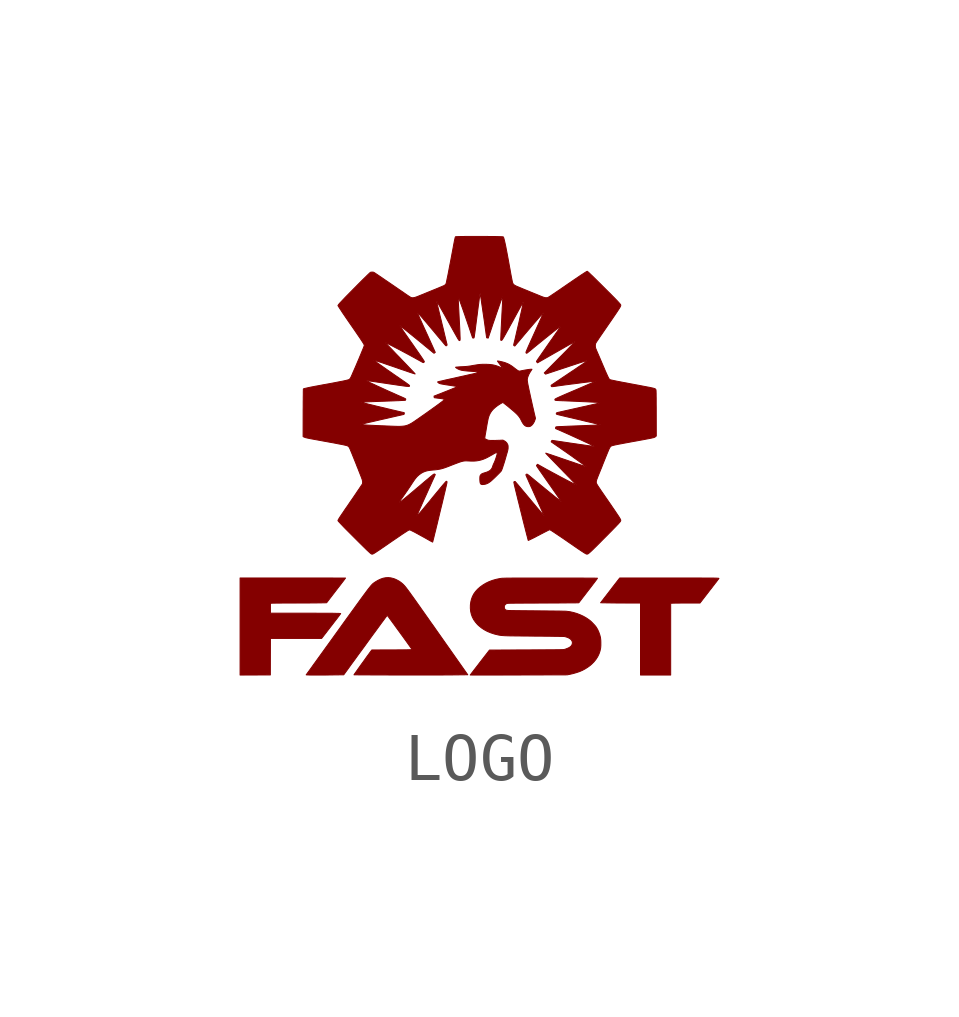
<source format=kicad_sym>
(kicad_symbol_lib
  (version 20220914)
  (generator "bitmap2component")
  (generator_version "8.0")
  (symbol "LOGO"
    (pin_names
      (offset 1.016))
    (property "Reference" "#G"
      (at 0 3.941 0)
      (effects (font (size 1.27 1.27)) hide))
    (symbol "LOGO_0_0"
      (polyline (pts (xy -4.679 -4.571) (xy -4.363 -4.57) (xy -4.362 -4.19) (xy -4.361 -3.809) (xy -3.828 -3.809) (xy -3.294 -3.809) (xy -3.183 -3.666) (xy -3.176 -3.656) (xy -3.137 -3.606) (xy -3.1 -3.558) (xy -3.065 -3.513) (xy -3.033 -3.471) (xy -3.003 -3.432) (xy -2.976 -3.398) (xy -2.953 -3.367) (xy -2.933 -3.341) (xy -2.918 -3.32) (xy -2.906 -3.304) (xy -2.899 -3.295) (xy -2.897 -3.291) (xy -2.897 -3.29) (xy -2.902 -3.289) (xy -2.912 -3.288) (xy -2.929 -3.287) (xy -2.951 -3.286) (xy -2.98 -3.286) (xy -3.015 -3.285) (xy -3.056 -3.284) (xy -3.104 -3.284) (xy -3.159 -3.283) (xy -3.221 -3.283) (xy -3.29 -3.283) (xy -3.366 -3.283) (xy -3.45 -3.282) (xy -3.541 -3.282) (xy -3.64 -3.282) (xy -3.748 -3.282) (xy -4.361 -3.282) (xy -4.361 -3.179) (xy -4.361 -3.076) (xy -4.324 -3.074) (xy -4.324 -3.074) (xy -4.315 -3.073) (xy -4.298 -3.073) (xy -4.274 -3.073) (xy -4.244 -3.072) (xy -4.208 -3.072) (xy -4.167 -3.072) (xy -4.122 -3.071) (xy -4.072 -3.071) (xy -4.019 -3.071) (xy -3.963 -3.071) (xy -3.904 -3.071) (xy -3.844 -3.071) (xy -3.794 -3.07) (xy -3.733 -3.07) (xy -3.673 -3.07) (xy -3.614 -3.07) (xy -3.558 -3.07) (xy -3.505 -3.069) (xy -3.457 -3.069) (xy -3.412 -3.069) (xy -3.373 -3.068) (xy -3.341 -3.068) (xy -3.314 -3.068) (xy -3.296 -3.067) (xy -3.19 -3.065) (xy -2.993 -2.808) (xy -2.981 -2.793) (xy -2.951 -2.754) (xy -2.922 -2.717) (xy -2.895 -2.682) (xy -2.871 -2.65) (xy -2.849 -2.622) (xy -2.831 -2.598) (xy -2.816 -2.578) (xy -2.805 -2.563) (xy -2.798 -2.553) (xy -2.795 -2.55) (xy -2.795 -2.55) (xy -2.8 -2.55) (xy -2.813 -2.55) (xy -2.833 -2.549) (xy -2.86 -2.549) (xy -2.894 -2.549) (xy -2.935 -2.549) (xy -2.981 -2.549) (xy -3.034 -2.549) (xy -3.091 -2.548) (xy -3.154 -2.548) (xy -3.222 -2.548) (xy -3.294 -2.548) (xy -3.37 -2.548) (xy -3.45 -2.548) (xy -3.533 -2.548) (xy -3.62 -2.548) (xy -3.709 -2.548) (xy -3.801 -2.548) (xy -3.895 -2.548) (xy -4.994 -2.548) (xy -4.994 -3.56) (xy -4.994 -4.572) (xy -4.679 -4.571)) (stroke (width 0.01) (type default)) (fill (type outline)))
      (polyline (pts (xy -3.281 -4.572) (xy -3.221 -4.572) (xy -3.158 -4.571) (xy -3.092 -4.57) (xy -3.024 -4.569) (xy -2.833 -4.567) (xy -2.744 -4.445) (xy -2.673 -4.346) (xy -2.6 -4.247) (xy -2.533 -4.154) (xy -2.469 -4.067) (xy -2.41 -3.987) (xy -2.356 -3.912) (xy -2.305 -3.842) (xy -2.258 -3.777) (xy -2.215 -3.718) (xy -2.175 -3.664) (xy -2.139 -3.615) (xy -2.106 -3.57) (xy -2.077 -3.53) (xy -2.051 -3.494) (xy -2.027 -3.462) (xy -2.007 -3.435) (xy -1.989 -3.411) (xy -1.974 -3.39) (xy -1.962 -3.373) (xy -1.951 -3.36) (xy -1.943 -3.349) (xy -1.938 -3.341) (xy -1.934 -3.336) (xy -1.931 -3.334) (xy -1.931 -3.333) (xy -1.928 -3.331) (xy -1.925 -3.332) (xy -1.92 -3.335) (xy -1.914 -3.342) (xy -1.905 -3.354) (xy -1.892 -3.37) (xy -1.876 -3.393) (xy -1.862 -3.412) (xy -1.84 -3.441) (xy -1.815 -3.476) (xy -1.785 -3.516) (xy -1.753 -3.561) (xy -1.718 -3.609) (xy -1.68 -3.661) (xy -1.641 -3.715) (xy -1.599 -3.772) (xy -1.557 -3.831) (xy -1.514 -3.89) (xy -1.405 -4.043) (xy -1.496 -4.045) (xy -1.499 -4.045) (xy -1.518 -4.046) (xy -1.546 -4.046) (xy -1.579 -4.046) (xy -1.618 -4.047) (xy -1.661 -4.047) (xy -1.708 -4.047) (xy -1.758 -4.048) (xy -1.811 -4.048) (xy -1.864 -4.048) (xy -1.918 -4.048) (xy -2.247 -4.049) (xy -2.265 -4.072) (xy -2.271 -4.08) (xy -2.283 -4.096) (xy -2.298 -4.117) (xy -2.316 -4.142) (xy -2.337 -4.17) (xy -2.359 -4.2) (xy -2.382 -4.233) (xy -2.407 -4.268) (xy -2.432 -4.303) (xy -2.458 -4.338) (xy -2.483 -4.373) (xy -2.507 -4.407) (xy -2.53 -4.439) (xy -2.551 -4.469) (xy -2.57 -4.496) (xy -2.587 -4.52) (xy -2.6 -4.539) (xy -2.611 -4.554) (xy -2.617 -4.564) (xy -2.619 -4.567) (xy -2.618 -4.567) (xy -2.609 -4.567) (xy -2.592 -4.568) (xy -2.569 -4.568) (xy -2.539 -4.568) (xy -2.503 -4.569) (xy -2.461 -4.569) (xy -2.413 -4.569) (xy -2.361 -4.569) (xy -2.304 -4.569) (xy -2.243 -4.57) (xy -2.177 -4.57) (xy -2.109 -4.57) (xy -2.038 -4.57) (xy -1.964 -4.57) (xy -1.887 -4.571) (xy -1.809 -4.571) (xy -1.73 -4.571) (xy -1.65 -4.571) (xy -1.569 -4.571) (xy -1.488 -4.571) (xy -1.408 -4.571) (xy -1.328 -4.571) (xy -1.25 -4.571) (xy -1.172 -4.571) (xy -1.097 -4.571) (xy -1.024 -4.571) (xy -0.954 -4.571) (xy -0.887 -4.571) (xy -0.824 -4.571) (xy -0.764 -4.571) (xy -0.709 -4.57) (xy -0.659 -4.57) (xy -0.614 -4.57) (xy -0.575 -4.57) (xy -0.541 -4.569) (xy -0.514 -4.569) (xy -0.247 -4.566) (xy -0.655 -3.986) (xy -0.699 -3.924) (xy -0.772 -3.82) (xy -0.841 -3.722) (xy -0.905 -3.631) (xy -0.965 -3.545) (xy -1.022 -3.466) (xy -1.074 -3.391) (xy -1.123 -3.322) (xy -1.168 -3.258) (xy -1.21 -3.199) (xy -1.248 -3.144) (xy -1.284 -3.094) (xy -1.316 -3.048) (xy -1.346 -3.006) (xy -1.373 -2.968) (xy -1.398 -2.933) (xy -1.421 -2.902) (xy -1.441 -2.873) (xy -1.459 -2.848) (xy -1.476 -2.826) (xy -1.49 -2.806) (xy -1.504 -2.788) (xy -1.516 -2.772) (xy -1.526 -2.758) (xy -1.536 -2.746) (xy -1.544 -2.736) (xy -1.552 -2.726) (xy -1.559 -2.718) (xy -1.565 -2.71) (xy -1.572 -2.704) (xy -1.578 -2.697) (xy -1.584 -2.691) (xy -1.59 -2.684) (xy -1.611 -2.665) (xy -1.644 -2.638) (xy -1.681 -2.613) (xy -1.721 -2.591) (xy -1.761 -2.572) (xy -1.797 -2.559) (xy -1.85 -2.546) (xy -1.904 -2.54) (xy -1.957 -2.543) (xy -2.011 -2.553) (xy -2.065 -2.572) (xy -2.12 -2.598) (xy -2.177 -2.632) (xy -2.183 -2.637) (xy -2.191 -2.642) (xy -2.198 -2.646) (xy -2.204 -2.651) (xy -2.211 -2.656) (xy -2.218 -2.661) (xy -2.225 -2.667) (xy -2.232 -2.674) (xy -2.24 -2.681) (xy -2.248 -2.69) (xy -2.258 -2.701) (xy -2.269 -2.713) (xy -2.28 -2.727) (xy -2.293 -2.743) (xy -2.308 -2.762) (xy -2.325 -2.783) (xy -2.343 -2.807) (xy -2.363 -2.834) (xy -2.385 -2.864) (xy -2.41 -2.897) (xy -2.437 -2.934) (xy -2.467 -2.975) (xy -2.5 -3.02) (xy -2.535 -3.069) (xy -2.574 -3.122) (xy -2.616 -3.181) (xy -2.662 -3.244) (xy -2.711 -3.312) (xy -2.764 -3.385) (xy -2.821 -3.464) (xy -2.882 -3.549) (xy -2.947 -3.64) (xy -3.017 -3.737) (xy -3.091 -3.84) (xy -3.137 -3.904) (xy -3.198 -3.988) (xy -3.254 -4.066) (xy -3.306 -4.138) (xy -3.353 -4.203) (xy -3.396 -4.263) (xy -3.435 -4.317) (xy -3.47 -4.365) (xy -3.5 -4.408) (xy -3.527 -4.445) (xy -3.55 -4.477) (xy -3.57 -4.504) (xy -3.586 -4.526) (xy -3.598 -4.543) (xy -3.607 -4.556) (xy -3.613 -4.564) (xy -3.616 -4.567) (xy -3.616 -4.567) (xy -3.611 -4.568) (xy -3.598 -4.569) (xy -3.579 -4.57) (xy -3.553 -4.571) (xy -3.52 -4.572) (xy -3.482 -4.572) (xy -3.439 -4.572) (xy -3.391 -4.572) (xy -3.338 -4.572) (xy -3.281 -4.572)) (stroke (width 0.01) (type default)) (fill (type outline)))
      (polyline (pts (xy 0.243 -4.572) (xy 0.315 -4.572) (xy 0.39 -4.572) (xy 0.47 -4.572) (xy 0.552 -4.571) (xy 0.637 -4.571) (xy 0.725 -4.571) (xy 0.815 -4.571) (xy 1.825 -4.568) (xy 1.885 -4.556) (xy 1.946 -4.542) (xy 2.017 -4.522) (xy 2.083 -4.5) (xy 2.143 -4.474) (xy 2.199 -4.444) (xy 2.253 -4.41) (xy 2.305 -4.372) (xy 2.335 -4.346) (xy 2.384 -4.297) (xy 2.426 -4.245) (xy 2.462 -4.189) (xy 2.49 -4.131) (xy 2.511 -4.07) (xy 2.524 -4.008) (xy 2.526 -3.984) (xy 2.528 -3.953) (xy 2.528 -3.919) (xy 2.528 -3.884) (xy 2.527 -3.85) (xy 2.524 -3.82) (xy 2.521 -3.795) (xy 2.521 -3.793) (xy 2.507 -3.737) (xy 2.487 -3.68) (xy 2.462 -3.624) (xy 2.431 -3.572) (xy 2.422 -3.56) (xy 2.406 -3.54) (xy 2.386 -3.518) (xy 2.364 -3.495) (xy 2.342 -3.472) (xy 2.32 -3.451) (xy 2.301 -3.435) (xy 2.283 -3.421) (xy 2.226 -3.382) (xy 2.163 -3.346) (xy 2.096 -3.315) (xy 2.026 -3.288) (xy 1.953 -3.267) (xy 1.881 -3.251) (xy 1.809 -3.242) (xy 1.805 -3.241) (xy 1.791 -3.241) (xy 1.77 -3.24) (xy 1.742 -3.24) (xy 1.708 -3.239) (xy 1.668 -3.238) (xy 1.623 -3.238) (xy 1.573 -3.237) (xy 1.519 -3.236) (xy 1.461 -3.236) (xy 1.4 -3.235) (xy 1.337 -3.234) (xy 1.27 -3.234) (xy 1.203 -3.233) (xy 1.167 -3.233) (xy 1.1 -3.232) (xy 1.035 -3.232) (xy 0.973 -3.231) (xy 0.914 -3.231) (xy 0.858 -3.23) (xy 0.806 -3.229) (xy 0.759 -3.229) (xy 0.717 -3.228) (xy 0.68 -3.228) (xy 0.649 -3.227) (xy 0.625 -3.227) (xy 0.609 -3.226) (xy 0.599 -3.226) (xy 0.594 -3.225) (xy 0.573 -3.223) (xy 0.557 -3.22) (xy 0.545 -3.215) (xy 0.535 -3.207) (xy 0.526 -3.196) (xy 0.522 -3.189) (xy 0.517 -3.172) (xy 0.515 -3.153) (xy 0.517 -3.134) (xy 0.52 -3.125) (xy 0.53 -3.108) (xy 0.545 -3.093) (xy 0.564 -3.082) (xy 0.565 -3.082) (xy 0.567 -3.081) (xy 0.57 -3.08) (xy 0.573 -3.079) (xy 0.577 -3.078) (xy 0.583 -3.077) (xy 0.59 -3.077) (xy 0.6 -3.076) (xy 0.612 -3.076) (xy 0.626 -3.075) (xy 0.644 -3.075) (xy 0.665 -3.074) (xy 0.691 -3.074) (xy 0.72 -3.074) (xy 0.754 -3.073) (xy 0.793 -3.073) (xy 0.837 -3.073) (xy 0.887 -3.073) (xy 0.943 -3.072) (xy 1.005 -3.072) (xy 1.073 -3.072) (xy 1.149 -3.072) (xy 1.233 -3.071) (xy 1.324 -3.071) (xy 1.389 -3.071) (xy 1.475 -3.07) (xy 1.556 -3.07) (xy 1.632 -3.07) (xy 1.703 -3.069) (xy 1.769 -3.069) (xy 1.828 -3.068) (xy 1.882 -3.068) (xy 1.93 -3.067) (xy 1.971 -3.067) (xy 2.005 -3.067) (xy 2.032 -3.066) (xy 2.052 -3.066) (xy 2.064 -3.065) (xy 2.068 -3.065) (xy 2.07 -3.063) (xy 2.076 -3.055) (xy 2.086 -3.042) (xy 2.1 -3.024) (xy 2.117 -3.002) (xy 2.136 -2.977) (xy 2.158 -2.948) (xy 2.182 -2.918) (xy 2.207 -2.885) (xy 2.232 -2.852) (xy 2.258 -2.818) (xy 2.284 -2.785) (xy 2.309 -2.752) (xy 2.333 -2.721) (xy 2.355 -2.692) (xy 2.375 -2.665) (xy 2.393 -2.643) (xy 2.407 -2.623) (xy 2.413 -2.616) (xy 2.427 -2.597) (xy 2.44 -2.579) (xy 2.449 -2.566) (xy 2.455 -2.556) (xy 2.457 -2.553) (xy 2.452 -2.552) (xy 2.439 -2.552) (xy 2.42 -2.552) (xy 2.393 -2.551) (xy 2.359 -2.551) (xy 2.319 -2.551) (xy 2.273 -2.551) (xy 2.222 -2.551) (xy 2.165 -2.55) (xy 2.103 -2.55) (xy 2.037 -2.55) (xy 1.966 -2.55) (xy 1.892 -2.55) (xy 1.814 -2.55) (xy 1.732 -2.55) (xy 1.649 -2.55) (xy 1.562 -2.55) (xy 1.473 -2.55) (xy 1.436 -2.55) (xy 1.333 -2.55) (xy 1.238 -2.55) (xy 1.151 -2.55) (xy 1.07 -2.55) (xy 0.996 -2.55) (xy 0.928 -2.55) (xy 0.867 -2.55) (xy 0.811 -2.55) (xy 0.761 -2.55) (xy 0.716 -2.55) (xy 0.675 -2.55) (xy 0.64 -2.551) (xy 0.608 -2.551) (xy 0.581 -2.551) (xy 0.557 -2.551) (xy 0.536 -2.552) (xy 0.518 -2.552) (xy 0.503 -2.553) (xy 0.49 -2.553) (xy 0.479 -2.554) (xy 0.47 -2.554) (xy 0.463 -2.555) (xy 0.456 -2.555) (xy 0.45 -2.556) (xy 0.444 -2.557) (xy 0.429 -2.559) (xy 0.346 -2.576) (xy 0.269 -2.598) (xy 0.197 -2.625) (xy 0.129 -2.658) (xy 0.065 -2.697) (xy 0.009 -2.738) (xy -0.042 -2.783) (xy -0.085 -2.831) (xy -0.121 -2.881) (xy -0.149 -2.935) (xy -0.17 -2.992) (xy -0.184 -3.051) (xy -0.192 -3.111) (xy -0.193 -3.178) (xy -0.187 -3.241) (xy -0.173 -3.303) (xy -0.152 -3.361) (xy -0.123 -3.417) (xy -0.086 -3.469) (xy -0.043 -3.519) (xy -0.016 -3.544) (xy 0.039 -3.589) (xy 0.098 -3.628) (xy 0.163 -3.663) (xy 0.234 -3.692) (xy 0.31 -3.717) (xy 0.393 -3.737) (xy 0.404 -3.739) (xy 0.416 -3.741) (xy 0.428 -3.743) (xy 0.441 -3.745) (xy 0.456 -3.747) (xy 0.472 -3.748) (xy 0.49 -3.749) (xy 0.51 -3.751) (xy 0.534 -3.752) (xy 0.561 -3.753) (xy 0.591 -3.754) (xy 0.626 -3.755) (xy 0.665 -3.755) (xy 0.709 -3.756) (xy 0.758 -3.757) (xy 0.813 -3.757) (xy 0.874 -3.758) (xy 0.941 -3.759) (xy 1.016 -3.759) (xy 1.097 -3.76) (xy 1.187 -3.761) (xy 1.214 -3.761) (xy 1.28 -3.761) (xy 1.344 -3.762) (xy 1.405 -3.763) (xy 1.464 -3.763) (xy 1.518 -3.764) (xy 1.569 -3.765) (xy 1.615 -3.765) (xy 1.655 -3.766) (xy 1.691 -3.767) (xy 1.72 -3.767) (xy 1.742 -3.768) (xy 1.758 -3.768) (xy 1.766 -3.769) (xy 1.784 -3.772) (xy 1.818 -3.782) (xy 1.851 -3.795) (xy 1.881 -3.812) (xy 1.891 -3.819) (xy 1.913 -3.84) (xy 1.927 -3.863) (xy 1.935 -3.888) (xy 1.934 -3.914) (xy 1.926 -3.941) (xy 1.924 -3.944) (xy 1.911 -3.964) (xy 1.892 -3.982) (xy 1.867 -3.999) (xy 1.835 -4.014) (xy 1.796 -4.029) (xy 1.785 -4.033) (xy 1.775 -4.036) (xy 1.766 -4.038) (xy 1.756 -4.04) (xy 1.743 -4.041) (xy 1.728 -4.042) (xy 1.708 -4.042) (xy 1.682 -4.043) (xy 1.649 -4.043) (xy 1.64 -4.044) (xy 1.619 -4.044) (xy 1.59 -4.044) (xy 1.555 -4.045) (xy 1.514 -4.045) (xy 1.467 -4.045) (xy 1.415 -4.045) (xy 1.358 -4.046) (xy 1.297 -4.046) (xy 1.232 -4.046) (xy 1.164 -4.047) (xy 1.094 -4.047) (xy 1.022 -4.048) (xy 0.948 -4.048) (xy 0.873 -4.048) (xy 0.206 -4.051) (xy 0.005 -4.31) (xy -0.008 -4.327) (xy -0.038 -4.367) (xy -0.067 -4.404) (xy -0.094 -4.439) (xy -0.119 -4.471) (xy -0.14 -4.499) (xy -0.159 -4.523) (xy -0.174 -4.543) (xy -0.185 -4.558) (xy -0.192 -4.567) (xy -0.195 -4.571) (xy -0.194 -4.571) (xy -0.188 -4.571) (xy -0.173 -4.571) (xy -0.152 -4.572) (xy -0.123 -4.572) (xy -0.088 -4.572) (xy -0.047 -4.572) (xy 0.001 -4.572) (xy 0.054 -4.572) (xy 0.112 -4.572) (xy 0.175 -4.572) (xy 0.243 -4.572)) (stroke (width 0.01) (type default)) (fill (type outline)))
      (polyline (pts (xy 3.984 -3.824) (xy 3.984 -3.076) (xy 4.017 -3.074) (xy 4.02 -3.074) (xy 4.033 -3.073) (xy 4.053 -3.073) (xy 4.079 -3.072) (xy 4.11 -3.072) (xy 4.146 -3.072) (xy 4.186 -3.071) (xy 4.23 -3.071) (xy 4.275 -3.071) (xy 4.323 -3.071) (xy 4.595 -3.071) (xy 4.71 -2.922) (xy 4.724 -2.904) (xy 4.766 -2.85) (xy 4.803 -2.801) (xy 4.837 -2.759) (xy 4.865 -2.721) (xy 4.891 -2.688) (xy 4.912 -2.66) (xy 4.931 -2.637) (xy 4.946 -2.617) (xy 4.958 -2.6) (xy 4.968 -2.587) (xy 4.976 -2.577) (xy 4.982 -2.569) (xy 4.986 -2.564) (xy 4.988 -2.56) (xy 4.99 -2.558) (xy 4.99 -2.557) (xy 4.99 -2.557) (xy 4.989 -2.556) (xy 4.986 -2.555) (xy 4.981 -2.554) (xy 4.973 -2.553) (xy 4.963 -2.553) (xy 4.95 -2.552) (xy 4.933 -2.551) (xy 4.913 -2.551) (xy 4.889 -2.55) (xy 4.862 -2.55) (xy 4.829 -2.55) (xy 4.792 -2.549) (xy 4.75 -2.549) (xy 4.704 -2.549) (xy 4.651 -2.549) (xy 4.593 -2.548) (xy 4.529 -2.548) (xy 4.459 -2.548) (xy 4.382 -2.548) (xy 4.299 -2.548) (xy 4.208 -2.548) (xy 4.111 -2.548) (xy 4.005 -2.548) (xy 3.892 -2.548) (xy 2.922 -2.548) (xy 2.766 -2.749) (xy 2.74 -2.784) (xy 2.711 -2.821) (xy 2.684 -2.857) (xy 2.657 -2.891) (xy 2.633 -2.923) (xy 2.611 -2.951) (xy 2.592 -2.975) (xy 2.578 -2.995) (xy 2.567 -3.008) (xy 2.523 -3.065) (xy 2.648 -3.067) (xy 2.657 -3.068) (xy 2.685 -3.068) (xy 2.72 -3.068) (xy 2.761 -3.069) (xy 2.807 -3.069) (xy 2.855 -3.07) (xy 2.906 -3.07) (xy 2.959 -3.07) (xy 3.012 -3.07) (xy 3.064 -3.071) (xy 3.355 -3.071) (xy 3.355 -3.822) (xy 3.355 -4.572) (xy 3.669 -4.572) (xy 3.984 -4.572) (xy 3.984 -3.824)) (stroke (width 0.01) (type default)) (fill (type outline)))
      (polyline (pts (xy -2.236 -2.051) (xy -2.231 -2.049) (xy -2.223 -2.047) (xy -2.215 -2.043) (xy -2.204 -2.037) (xy -2.19 -2.029) (xy -2.174 -2.018) (xy -2.154 -2.006) (xy -2.131 -1.99) (xy -2.103 -1.972) (xy -2.07 -1.95) (xy -2.033 -1.924) (xy -1.99 -1.895) (xy -1.941 -1.861) (xy -1.886 -1.823) (xy -1.879 -1.818) (xy -1.815 -1.774) (xy -1.756 -1.734) (xy -1.703 -1.698) (xy -1.655 -1.665) (xy -1.613 -1.636) (xy -1.576 -1.612) (xy -1.545 -1.592) (xy -1.52 -1.576) (xy -1.502 -1.564) (xy -1.49 -1.557) (xy -1.48 -1.552) (xy -1.467 -1.548) (xy -1.458 -1.546) (xy -1.453 -1.547) (xy -1.441 -1.551) (xy -1.422 -1.56) (xy -1.398 -1.572) (xy -1.367 -1.587) (xy -1.332 -1.606) (xy -1.291 -1.628) (xy -1.246 -1.653) (xy -1.197 -1.68) (xy -1.144 -1.709) (xy -1.088 -1.741) (xy -1.077 -1.747) (xy -1.051 -1.762) (xy -1.028 -1.775) (xy -1.008 -1.785) (xy -0.993 -1.793) (xy -0.983 -1.798) (xy -0.979 -1.8) (xy -0.979 -1.799) (xy -0.977 -1.792) (xy -0.973 -1.779) (xy -0.968 -1.758) (xy -0.961 -1.731) (xy -0.953 -1.699) (xy -0.944 -1.662) (xy -0.934 -1.62) (xy -0.922 -1.574) (xy -0.91 -1.525) (xy -0.898 -1.473) (xy -0.884 -1.419) (xy -0.871 -1.363) (xy -0.857 -1.305) (xy -0.843 -1.247) (xy -0.829 -1.188) (xy -0.815 -1.13) (xy -0.801 -1.073) (xy -0.787 -1.017) (xy -0.774 -0.963) (xy -0.762 -0.912) (xy -0.75 -0.863) (xy -0.74 -0.818) (xy -0.73 -0.777) (xy -0.721 -0.741) (xy -0.714 -0.71) (xy -0.712 -0.7) (xy -0.703 -0.661) (xy -0.695 -0.629) (xy -0.69 -0.603) (xy -0.685 -0.583) (xy -0.682 -0.568) (xy -0.68 -0.556) (xy -0.68 -0.548) (xy -0.68 -0.543) (xy -0.681 -0.539) (xy -0.682 -0.537) (xy -0.685 -0.534) (xy -0.694 -0.532) (xy -0.695 -0.533) (xy -0.699 -0.536) (xy -0.707 -0.543) (xy -0.717 -0.555) (xy -0.731 -0.57) (xy -0.749 -0.591) (xy -0.77 -0.615) (xy -0.795 -0.645) (xy -0.824 -0.68) (xy -0.857 -0.721) (xy -0.895 -0.766) (xy -0.938 -0.818) (xy -0.986 -0.876) (xy -0.993 -0.885) (xy -1.042 -0.946) (xy -1.087 -1) (xy -1.127 -1.048) (xy -1.162 -1.091) (xy -1.193 -1.128) (xy -1.22 -1.16) (xy -1.243 -1.187) (xy -1.262 -1.21) (xy -1.278 -1.228) (xy -1.29 -1.241) (xy -1.298 -1.25) (xy -1.304 -1.256) (xy -1.307 -1.258) (xy -1.308 -1.257) (xy -1.307 -1.254) (xy -1.306 -1.248) (xy -1.302 -1.238) (xy -1.297 -1.225) (xy -1.289 -1.207) (xy -1.28 -1.185) (xy -1.268 -1.158) (xy -1.254 -1.126) (xy -1.238 -1.089) (xy -1.218 -1.046) (xy -1.197 -0.997) (xy -1.172 -0.942) (xy -1.144 -0.88) (xy -1.113 -0.812) (xy -1.079 -0.736) (xy -1.059 -0.691) (xy -1.039 -0.647) (xy -1.02 -0.605) (xy -1.002 -0.565) (xy -0.986 -0.529) (xy -0.971 -0.497) (xy -0.959 -0.47) (xy -0.949 -0.449) (xy -0.942 -0.433) (xy -0.938 -0.424) (xy -0.924 -0.392) (xy -0.933 -0.385) (xy -0.939 -0.381) (xy -0.945 -0.38) (xy -0.954 -0.384) (xy -0.956 -0.385) (xy -0.961 -0.388) (xy -0.969 -0.393) (xy -0.979 -0.401) (xy -0.991 -0.411) (xy -1.007 -0.423) (xy -1.026 -0.439) (xy -1.049 -0.458) (xy -1.076 -0.481) (xy -1.108 -0.507) (xy -1.145 -0.538) (xy -1.187 -0.574) (xy -1.235 -0.615) (xy -1.262 -0.638) (xy -1.321 -0.687) (xy -1.374 -0.732) (xy -1.421 -0.772) (xy -1.464 -0.808) (xy -1.501 -0.839) (xy -1.534 -0.866) (xy -1.562 -0.89) (xy -1.587 -0.91) (xy -1.608 -0.927) (xy -1.625 -0.941) (xy -1.639 -0.952) (xy -1.651 -0.96) (xy -1.66 -0.967) (xy -1.666 -0.971) (xy -1.671 -0.973) (xy -1.674 -0.974) (xy -1.676 -0.973) (xy -1.677 -0.972) (xy -1.677 -0.969) (xy -1.674 -0.964) (xy -1.669 -0.956) (xy -1.662 -0.945) (xy -1.651 -0.929) (xy -1.637 -0.909) (xy -1.619 -0.883) (xy -1.596 -0.852) (xy -1.59 -0.843) (xy -1.568 -0.812) (xy -1.548 -0.784) (xy -1.53 -0.757) (xy -1.511 -0.731) (xy -1.493 -0.704) (xy -1.473 -0.674) (xy -1.451 -0.642) (xy -1.427 -0.605) (xy -1.399 -0.562) (xy -1.372 -0.522) (xy -1.347 -0.487) (xy -1.324 -0.458) (xy -1.302 -0.433) (xy -1.279 -0.412) (xy -1.256 -0.392) (xy -1.23 -0.374) (xy -1.222 -0.368) (xy -1.192 -0.35) (xy -1.162 -0.336) (xy -1.13 -0.324) (xy -1.095 -0.314) (xy -1.056 -0.307) (xy -1.011 -0.301) (xy -0.959 -0.296) (xy -0.955 -0.296) (xy -0.914 -0.292) (xy -0.876 -0.287) (xy -0.841 -0.281) (xy -0.806 -0.274) (xy -0.77 -0.264) (xy -0.732 -0.252) (xy -0.69 -0.237) (xy -0.642 -0.219) (xy -0.612 -0.207) (xy -0.561 -0.187) (xy -0.517 -0.17) (xy -0.479 -0.156) (xy -0.445 -0.143) (xy -0.417 -0.133) (xy -0.392 -0.125) (xy -0.369 -0.118) (xy -0.35 -0.114) (xy -0.332 -0.11) (xy -0.315 -0.108) (xy -0.298 -0.107) (xy -0.281 -0.106) (xy -0.264 -0.107) (xy -0.244 -0.108) (xy -0.222 -0.109) (xy -0.175 -0.111) (xy -0.118 -0.111) (xy -0.066 -0.107) (xy -0.016 -0.099) (xy 0.033 -0.087) (xy 0.081 -0.071) (xy 0.131 -0.05) (xy 0.184 -0.023) (xy 0.241 0.009) (xy 0.265 0.022) (xy 0.29 0.037) (xy 0.309 0.048) (xy 0.324 0.056) (xy 0.335 0.061) (xy 0.343 0.064) (xy 0.348 0.065) (xy 0.353 0.064) (xy 0.357 0.061) (xy 0.361 0.057) (xy 0.371 0.05) (xy 0.363 0.024) (xy 0.356 -0.000400) (xy 0.345 -0.037) (xy 0.333 -0.072) (xy 0.322 -0.103) (xy 0.311 -0.13) (xy 0.302 -0.15) (xy 0.299 -0.155) (xy 0.29 -0.175) (xy 0.281 -0.196) (xy 0.275 -0.213) (xy 0.268 -0.236) (xy 0.257 -0.26) (xy 0.244 -0.279) (xy 0.228 -0.297) (xy 0.226 -0.299) (xy 0.206 -0.314) (xy 0.181 -0.328) (xy 0.15 -0.341) (xy 0.112 -0.353) (xy 0.099 -0.357) (xy 0.077 -0.364) (xy 0.061 -0.37) (xy 0.049 -0.376) (xy 0.039 -0.382) (xy 0.029 -0.391) (xy 0.024 -0.397) (xy 0.015 -0.409) (xy 0.009 -0.424) (xy 0.006 -0.443) (xy 0.005 -0.468) (xy 0.005 -0.498) (xy 0.006 -0.513) (xy 0.008 -0.542) (xy 0.012 -0.564) (xy 0.018 -0.58) (xy 0.027 -0.591) (xy 0.04 -0.597) (xy 0.056 -0.6) (xy 0.077 -0.599) (xy 0.11 -0.595) (xy 0.144 -0.585) (xy 0.177 -0.57) (xy 0.211 -0.548) (xy 0.247 -0.52) (xy 0.252 -0.515) (xy 0.269 -0.499) (xy 0.29 -0.48) (xy 0.312 -0.459) (xy 0.335 -0.437) (xy 0.358 -0.414) (xy 0.381 -0.391) (xy 0.402 -0.37) (xy 0.421 -0.351) (xy 0.436 -0.335) (xy 0.447 -0.322) (xy 0.454 -0.314) (xy 0.457 -0.307) (xy 0.463 -0.292) (xy 0.471 -0.271) (xy 0.481 -0.243) (xy 0.491 -0.211) (xy 0.503 -0.175) (xy 0.516 -0.134) (xy 0.529 -0.091) (xy 0.542 -0.046) (xy 0.555 0) (xy 0.564 0.031) (xy 0.573 0.061) (xy 0.58 0.086) (xy 0.585 0.106) (xy 0.589 0.122) (xy 0.591 0.135) (xy 0.593 0.146) (xy 0.594 0.157) (xy 0.594 0.167) (xy 0.594 0.179) (xy 0.594 0.193) (xy 0.593 0.208) (xy 0.591 0.22) (xy 0.587 0.231) (xy 0.581 0.244) (xy 0.564 0.272) (xy 0.539 0.296) (xy 0.508 0.315) (xy 0.486 0.326) (xy 0.404 0.322) (xy 0.389 0.322) (xy 0.335 0.32) (xy 0.289 0.319) (xy 0.25 0.319) (xy 0.219 0.32) (xy 0.196 0.322) (xy 0.18 0.324) (xy 0.18 0.324) (xy 0.164 0.33) (xy 0.147 0.337) (xy 0.131 0.345) (xy 0.118 0.352) (xy 0.11 0.358) (xy 0.109 0.361) (xy 0.108 0.368) (xy 0.109 0.379) (xy 0.112 0.396) (xy 0.115 0.42) (xy 0.116 0.426) (xy 0.12 0.447) (xy 0.125 0.473) (xy 0.13 0.504) (xy 0.136 0.538) (xy 0.142 0.574) (xy 0.148 0.609) (xy 0.15 0.623) (xy 0.156 0.657) (xy 0.162 0.69) (xy 0.168 0.72) (xy 0.173 0.747) (xy 0.178 0.768) (xy 0.181 0.783) (xy 0.184 0.795) (xy 0.201 0.844) (xy 0.223 0.889) (xy 0.251 0.932) (xy 0.286 0.972) (xy 0.328 1.01) (xy 0.376 1.047) (xy 0.433 1.084) (xy 0.437 1.086) (xy 0.455 1.096) (xy 0.469 1.104) (xy 0.48 1.11) (xy 0.485 1.112) (xy 0.486 1.111) (xy 0.492 1.107) (xy 0.503 1.099) (xy 0.518 1.087) (xy 0.537 1.072) (xy 0.559 1.055) (xy 0.583 1.036) (xy 0.607 1.016) (xy 0.632 0.995) (xy 0.656 0.975) (xy 0.679 0.956) (xy 0.7 0.938) (xy 0.718 0.923) (xy 0.719 0.922) (xy 0.753 0.891) (xy 0.781 0.864) (xy 0.804 0.839) (xy 0.824 0.814) (xy 0.842 0.788) (xy 0.858 0.76) (xy 0.874 0.728) (xy 0.881 0.714) (xy 0.901 0.679) (xy 0.921 0.652) (xy 0.941 0.632) (xy 0.963 0.618) (xy 0.988 0.61) (xy 1.014 0.607) (xy 1.024 0.607) (xy 1.043 0.61) (xy 1.06 0.616) (xy 1.068 0.621) (xy 1.089 0.637) (xy 1.109 0.66) (xy 1.128 0.688) (xy 1.144 0.719) (xy 1.156 0.753) (xy 1.165 0.781) (xy 1.14 0.885) (xy 1.131 0.925) (xy 1.12 0.974) (xy 1.108 1.025) (xy 1.096 1.079) (xy 1.084 1.133) (xy 1.072 1.187) (xy 1.06 1.241) (xy 1.049 1.293) (xy 1.038 1.342) (xy 1.028 1.388) (xy 1.02 1.429) (xy 1.012 1.465) (xy 1.006 1.495) (xy 1.002 1.518) (xy 0.999 1.538) (xy 0.995 1.564) (xy 0.994 1.585) (xy 0.996 1.604) (xy 1 1.623) (xy 1.006 1.645) (xy 1.014 1.664) (xy 1.028 1.698) (xy 1.047 1.733) (xy 1.072 1.772) (xy 1.092 1.803) (xy 1.078 1.804) (xy 1.071 1.804) (xy 1.056 1.803) (xy 1.036 1.801) (xy 1.012 1.798) (xy 0.985 1.793) (xy 0.958 1.789) (xy 0.93 1.784) (xy 0.905 1.779) (xy 0.884 1.775) (xy 0.869 1.772) (xy 0.852 1.768) (xy 0.839 1.766) (xy 0.831 1.765) (xy 0.82 1.766) (xy 0.807 1.772) (xy 0.79 1.782) (xy 0.768 1.797) (xy 0.742 1.817) (xy 0.706 1.845) (xy 0.668 1.873) (xy 0.631 1.896) (xy 0.596 1.915) (xy 0.56 1.93) (xy 0.523 1.944) (xy 0.482 1.955) (xy 0.472 1.958) (xy 0.449 1.963) (xy 0.427 1.968) (xy 0.408 1.972) (xy 0.396 1.974) (xy 0.372 1.976) (xy 0.379 1.965) (xy 0.384 1.958) (xy 0.393 1.946) (xy 0.404 1.931) (xy 0.416 1.915) (xy 0.435 1.889) (xy 0.451 1.867) (xy 0.465 1.848) (xy 0.474 1.834) (xy 0.48 1.825) (xy 0.481 1.821) (xy 0.477 1.823) (xy 0.467 1.827) (xy 0.455 1.834) (xy 0.418 1.851) (xy 0.372 1.869) (xy 0.326 1.884) (xy 0.278 1.895) (xy 0.227 1.902) (xy 0.172 1.906) (xy 0.11 1.907) (xy 0.106 1.907) (xy 0.071 1.907) (xy 0.04 1.906) (xy 0.009 1.904) (xy -0.022 1.901) (xy -0.055 1.896) (xy -0.092 1.89) (xy -0.136 1.883) (xy -0.162 1.878) (xy -0.189 1.873) (xy -0.212 1.87) (xy -0.235 1.867) (xy -0.257 1.864) (xy -0.281 1.862) (xy -0.309 1.86) (xy -0.341 1.858) (xy -0.38 1.856) (xy -0.387 1.856) (xy -0.416 1.854) (xy -0.443 1.852) (xy -0.466 1.85) (xy -0.484 1.849) (xy -0.495 1.847) (xy -0.5 1.846) (xy -0.5 1.843) (xy -0.494 1.837) (xy -0.482 1.829) (xy -0.468 1.819) (xy -0.451 1.81) (xy -0.432 1.801) (xy -0.431 1.801) (xy -0.414 1.794) (xy -0.395 1.788) (xy -0.373 1.782) (xy -0.348 1.778) (xy -0.319 1.774) (xy -0.284 1.77) (xy -0.243 1.766) (xy -0.195 1.763) (xy -0.184 1.762) (xy -0.157 1.76) (xy -0.132 1.758) (xy -0.111 1.757) (xy -0.095 1.755) (xy -0.085 1.754) (xy -0.081 1.754) (xy -0.066 1.751) (xy -0.05 1.748) (xy -0.034 1.745) (xy -0.021 1.742) (xy -0.012 1.74) (xy -0.009 1.738) (xy -0.012 1.737) (xy -0.021 1.735) (xy -0.035 1.731) (xy -0.056 1.726) (xy -0.082 1.72) (xy -0.116 1.712) (xy -0.156 1.703) (xy -0.203 1.693) (xy -0.256 1.681) (xy -0.317 1.667) (xy -0.386 1.652) (xy -0.462 1.635) (xy -0.545 1.616) (xy -0.567 1.611) (xy -0.616 1.601) (xy -0.662 1.59) (xy -0.706 1.581) (xy -0.745 1.571) (xy -0.78 1.563) (xy -0.811 1.556) (xy -0.836 1.551) (xy -0.855 1.546) (xy -0.867 1.543) (xy -0.872 1.542) (xy -0.874 1.539) (xy -0.873 1.535) (xy -0.866 1.528) (xy -0.865 1.526) (xy -0.854 1.518) (xy -0.843 1.511) (xy -0.837 1.508) (xy -0.828 1.505) (xy -0.814 1.501) (xy -0.796 1.497) (xy -0.773 1.493) (xy -0.745 1.488) (xy -0.711 1.482) (xy -0.671 1.476) (xy -0.623 1.469) (xy -0.568 1.46) (xy -0.54 1.456) (xy -0.514 1.452) (xy -0.492 1.449) (xy -0.475 1.446) (xy -0.464 1.444) (xy -0.46 1.443) (xy -0.461 1.442) (xy -0.468 1.438) (xy -0.482 1.432) (xy -0.502 1.423) (xy -0.527 1.412) (xy -0.558 1.4) (xy -0.593 1.385) (xy -0.633 1.369) (xy -0.675 1.352) (xy -0.721 1.334) (xy -0.768 1.315) (xy -0.818 1.295) (xy -0.869 1.276) (xy -0.92 1.255) (xy -0.95 1.244) (xy -0.948 1.228) (xy -0.948 1.225) (xy -0.946 1.216) (xy -0.945 1.211) (xy -0.944 1.211) (xy -0.936 1.21) (xy -0.922 1.208) (xy -0.903 1.205) (xy -0.88 1.202) (xy -0.855 1.199) (xy -0.845 1.198) (xy -0.813 1.194) (xy -0.788 1.19) (xy -0.77 1.187) (xy -0.756 1.184) (xy -0.747 1.18) (xy -0.742 1.176) (xy -0.739 1.171) (xy -0.738 1.166) (xy -0.74 1.163) (xy -0.748 1.156) (xy -0.763 1.144) (xy -0.782 1.129) (xy -0.808 1.11) (xy -0.838 1.087) (xy -0.874 1.061) (xy -0.913 1.032) (xy -0.957 1.001) (xy -1.004 0.967) (xy -1.055 0.931) (xy -1.109 0.892) (xy -1.166 0.852) (xy -1.225 0.811) (xy -1.286 0.768) (xy -1.314 0.749) (xy -1.353 0.722) (xy -1.387 0.699) (xy -1.419 0.679) (xy -1.448 0.663) (xy -1.476 0.649) (xy -1.503 0.638) (xy -1.531 0.629) (xy -1.56 0.622) (xy -1.591 0.618) (xy -1.625 0.615) (xy -1.662 0.613) (xy -1.705 0.613) (xy -1.752 0.614) (xy -1.807 0.616) (xy -1.868 0.618) (xy -1.874 0.619) (xy -1.935 0.621) (xy -1.996 0.624) (xy -2.056 0.626) (xy -2.113 0.629) (xy -2.168 0.631) (xy -2.219 0.634) (xy -2.266 0.636) (xy -2.309 0.638) (xy -2.346 0.64) (xy -2.377 0.642) (xy -2.401 0.644) (xy -2.418 0.645) (xy -2.435 0.646) (xy -2.453 0.648) (xy -2.466 0.649) (xy -2.474 0.649) (xy -2.477 0.649) (xy -2.482 0.65) (xy -2.482 0.651) (xy -2.479 0.653) (xy -2.47 0.656) (xy -2.455 0.66) (xy -2.435 0.665) (xy -2.408 0.672) (xy -2.373 0.68) (xy -2.332 0.69) (xy -2.323 0.692) (xy -2.304 0.697) (xy -2.279 0.702) (xy -2.248 0.709) (xy -2.213 0.717) (xy -2.174 0.726) (xy -2.132 0.736) (xy -2.088 0.746) (xy -2.041 0.757) (xy -1.994 0.767) (xy -1.946 0.778) (xy -1.898 0.789) (xy -1.852 0.8) (xy -1.807 0.81) (xy -1.764 0.82) (xy -1.725 0.829) (xy -1.689 0.837) (xy -1.657 0.844) (xy -1.631 0.85) (xy -1.611 0.855) (xy -1.597 0.858) (xy -1.59 0.859) (xy -1.578 0.863) (xy -1.572 0.871) (xy -1.57 0.884) (xy -1.57 0.887) (xy -1.571 0.896) (xy -1.575 0.9) (xy -1.585 0.903) (xy -1.595 0.904) (xy -1.612 0.908) (xy -1.635 0.913) (xy -1.664 0.92) (xy -1.698 0.928) (xy -1.736 0.937) (xy -1.778 0.947) (xy -1.823 0.957) (xy -1.87 0.969) (xy -1.92 0.98) (xy -1.97 0.993) (xy -2.022 1.005) (xy -2.073 1.017) (xy -2.124 1.029) (xy -2.174 1.041) (xy -2.221 1.053) (xy -2.267 1.064) (xy -2.309 1.074) (xy -2.348 1.084) (xy -2.383 1.092) (xy -2.413 1.1) (xy -2.437 1.106) (xy -2.456 1.111) (xy -2.467 1.114) (xy -2.472 1.115) (xy -2.472 1.115) (xy -2.472 1.116) (xy -2.47 1.117) (xy -2.467 1.118) (xy -2.461 1.118) (xy -2.452 1.119) (xy -2.44 1.12) (xy -2.424 1.121) (xy -2.404 1.122) (xy -2.379 1.123) (xy -2.349 1.124) (xy -2.314 1.126) (xy -2.273 1.127) (xy -2.225 1.129) (xy -2.171 1.131) (xy -2.11 1.133) (xy -2.041 1.136) (xy -2.002 1.137) (xy -1.933 1.14) (xy -1.871 1.142) (xy -1.815 1.144) (xy -1.767 1.146) (xy -1.725 1.148) (xy -1.688 1.149) (xy -1.657 1.151) (xy -1.631 1.152) (xy -1.609 1.153) (xy -1.591 1.154) (xy -1.577 1.155) (xy -1.567 1.155) (xy -1.558 1.156) (xy -1.553 1.157) (xy -1.549 1.157) (xy -1.547 1.158) (xy -1.546 1.159) (xy -1.543 1.165) (xy -1.541 1.174) (xy -1.541 1.176) (xy -1.54 1.179) (xy -1.54 1.181) (xy -1.541 1.184) (xy -1.544 1.187) (xy -1.549 1.19) (xy -1.556 1.194) (xy -1.567 1.2) (xy -1.582 1.207) (xy -1.602 1.216) (xy -1.626 1.227) (xy -1.657 1.24) (xy -1.693 1.256) (xy -1.736 1.275) (xy -1.773 1.292) (xy -1.829 1.317) (xy -1.884 1.341) (xy -1.939 1.366) (xy -1.992 1.39) (xy -2.044 1.414) (xy -2.094 1.437) (xy -2.141 1.458) (xy -2.185 1.479) (xy -2.226 1.498) (xy -2.263 1.515) (xy -2.295 1.53) (xy -2.322 1.543) (xy -2.343 1.554) (xy -2.359 1.562) (xy -2.368 1.567) (xy -2.37 1.569) (xy -2.37 1.569) (xy -2.365 1.569) (xy -2.353 1.567) (xy -2.333 1.565) (xy -2.308 1.561) (xy -2.278 1.557) (xy -2.242 1.552) (xy -2.202 1.546) (xy -2.159 1.54) (xy -2.113 1.533) (xy -2.064 1.526) (xy -2.026 1.52) (xy -1.949 1.509) (xy -1.879 1.498) (xy -1.816 1.489) (xy -1.76 1.481) (xy -1.71 1.473) (xy -1.666 1.467) (xy -1.627 1.462) (xy -1.594 1.457) (xy -1.565 1.453) (xy -1.542 1.45) (xy -1.522 1.448) (xy -1.505 1.447) (xy -1.492 1.446) (xy -1.482 1.446) (xy -1.475 1.446) (xy -1.469 1.446) (xy -1.466 1.448) (xy -1.463 1.449) (xy -1.462 1.452) (xy -1.462 1.454) (xy -1.461 1.457) (xy -1.461 1.458) (xy -1.461 1.46) (xy -1.461 1.462) (xy -1.462 1.464) (xy -1.464 1.467) (xy -1.467 1.47) (xy -1.472 1.475) (xy -1.479 1.481) (xy -1.489 1.488) (xy -1.502 1.498) (xy -1.517 1.509) (xy -1.536 1.523) (xy -1.559 1.539) (xy -1.587 1.558) (xy -1.618 1.58) (xy -1.655 1.605) (xy -1.697 1.635) (xy -1.745 1.667) (xy -1.798 1.704) (xy -1.858 1.746) (xy -1.864 1.75) (xy -1.911 1.782) (xy -1.956 1.814) (xy -1.999 1.844) (xy -2.039 1.872) (xy -2.076 1.898) (xy -2.109 1.921) (xy -2.139 1.942) (xy -2.163 1.96) (xy -2.183 1.975) (xy -2.197 1.986) (xy -2.206 1.992) (xy -2.208 1.995) (xy -2.206 1.995) (xy -2.197 1.992) (xy -2.18 1.988) (xy -2.156 1.98) (xy -2.124 1.969) (xy -2.085 1.956) (xy -2.038 1.941) (xy -1.984 1.922) (xy -1.923 1.901) (xy -1.855 1.878) (xy -1.779 1.852) (xy -1.744 1.84) (xy -1.673 1.815) (xy -1.609 1.793) (xy -1.552 1.774) (xy -1.503 1.757) (xy -1.46 1.742) (xy -1.424 1.73) (xy -1.395 1.721) (xy -1.373 1.714) (xy -1.357 1.709) (xy -1.347 1.706) (xy -1.344 1.706) (xy -1.344 1.706) (xy -1.346 1.709) (xy -1.352 1.716) (xy -1.363 1.729) (xy -1.379 1.746) (xy -1.399 1.767) (xy -1.424 1.794) (xy -1.454 1.825) (xy -1.489 1.862) (xy -1.529 1.904) (xy -1.574 1.951) (xy -1.625 2.004) (xy -1.68 2.062) (xy -1.742 2.125) (xy -1.808 2.195) (xy -1.829 2.217) (xy -1.857 2.246) (xy -1.883 2.273) (xy -1.907 2.297) (xy -1.927 2.318) (xy -1.943 2.336) (xy -1.955 2.349) (xy -1.963 2.357) (xy -1.966 2.36) (xy -1.965 2.36) (xy -1.96 2.359) (xy -1.949 2.354) (xy -1.931 2.345) (xy -1.908 2.334) (xy -1.88 2.32) (xy -1.848 2.303) (xy -1.812 2.285) (xy -1.773 2.264) (xy -1.732 2.243) (xy -1.688 2.22) (xy -1.642 2.196) (xy -1.596 2.171) (xy -1.549 2.146) (xy -1.502 2.121) (xy -1.456 2.096) (xy -1.411 2.071) (xy -1.368 2.048) (xy -1.327 2.025) (xy -1.289 2.004) (xy -1.254 1.985) (xy -1.249 1.982) (xy -1.224 1.968) (xy -1.205 1.957) (xy -1.191 1.95) (xy -1.181 1.945) (xy -1.174 1.943) (xy -1.17 1.943) (xy -1.166 1.944) (xy -1.164 1.946) (xy -1.158 1.952) (xy -1.152 1.96) (xy -1.152 1.961) (xy -1.153 1.965) (xy -1.156 1.971) (xy -1.16 1.979) (xy -1.167 1.99) (xy -1.176 2.004) (xy -1.187 2.021) (xy -1.201 2.042) (xy -1.218 2.067) (xy -1.238 2.096) (xy -1.261 2.13) (xy -1.287 2.167) (xy -1.317 2.211) (xy -1.351 2.259) (xy -1.388 2.313) (xy -1.43 2.372) (xy -1.476 2.438) (xy -1.526 2.51) (xy -1.531 2.517) (xy -1.556 2.553) (xy -1.58 2.587) (xy -1.602 2.619) (xy -1.621 2.647) (xy -1.638 2.672) (xy -1.652 2.692) (xy -1.663 2.707) (xy -1.669 2.717) (xy -1.671 2.72) (xy -1.671 2.72) (xy -1.668 2.718) (xy -1.658 2.711) (xy -1.643 2.7) (xy -1.623 2.684) (xy -1.598 2.665) (xy -1.569 2.642) (xy -1.537 2.616) (xy -1.501 2.587) (xy -1.462 2.555) (xy -1.42 2.521) (xy -1.376 2.486) (xy -1.331 2.449) (xy -1.284 2.41) (xy -1.236 2.371) (xy -1.187 2.331) (xy -1.138 2.29) (xy -1.1 2.259) (xy -1.067 2.232) (xy -1.039 2.209) (xy -1.016 2.19) (xy -0.997 2.175) (xy -0.983 2.163) (xy -0.971 2.153) (xy -0.963 2.147) (xy -0.957 2.142) (xy -0.954 2.14) (xy -0.951 2.138) (xy -0.95 2.138) (xy -0.95 2.138) (xy -0.944 2.141) (xy -0.936 2.147) (xy -0.924 2.156) (xy -1.093 2.53) (xy -1.106 2.557) (xy -1.129 2.609) (xy -1.153 2.66) (xy -1.175 2.709) (xy -1.196 2.755) (xy -1.215 2.797) (xy -1.232 2.836) (xy -1.248 2.87) (xy -1.261 2.9) (xy -1.272 2.923) (xy -1.28 2.941) (xy -1.284 2.951) (xy -1.286 2.955) (xy -1.294 2.972) (xy -1.3 2.987) (xy -1.304 2.997) (xy -1.305 3.001) (xy -1.305 3.001) (xy -1.301 2.997) (xy -1.292 2.988) (xy -1.279 2.973) (xy -1.261 2.953) (xy -1.239 2.928) (xy -1.214 2.899) (xy -1.185 2.865) (xy -1.153 2.827) (xy -1.118 2.786) (xy -1.08 2.741) (xy -1.04 2.693) (xy -0.998 2.643) (xy -0.953 2.59) (xy -0.908 2.535) (xy -0.861 2.479) (xy -0.844 2.459) (xy -0.818 2.428) (xy -0.793 2.398) (xy -0.771 2.372) (xy -0.751 2.348) (xy -0.735 2.329) (xy -0.722 2.314) (xy -0.713 2.304) (xy -0.709 2.299) (xy -0.708 2.299) (xy -0.701 2.293) (xy -0.694 2.293) (xy -0.685 2.3) (xy -0.681 2.304) (xy -0.678 2.309) (xy -0.679 2.316) (xy -0.681 2.329) (xy -0.681 2.329) (xy -0.683 2.337) (xy -0.687 2.351) (xy -0.692 2.373) (xy -0.699 2.4) (xy -0.707 2.434) (xy -0.716 2.472) (xy -0.727 2.515) (xy -0.738 2.562) (xy -0.75 2.613) (xy -0.763 2.667) (xy -0.777 2.723) (xy -0.791 2.781) (xy -0.792 2.786) (xy -0.806 2.844) (xy -0.82 2.9) (xy -0.833 2.953) (xy -0.845 3.002) (xy -0.856 3.049) (xy -0.866 3.091) (xy -0.875 3.128) (xy -0.883 3.16) (xy -0.889 3.186) (xy -0.894 3.206) (xy -0.897 3.219) (xy -0.898 3.225) (xy -0.898 3.226) (xy -0.898 3.228) (xy -0.897 3.227) (xy -0.894 3.224) (xy -0.89 3.217) (xy -0.884 3.208) (xy -0.876 3.194) (xy -0.866 3.177) (xy -0.853 3.155) (xy -0.838 3.129) (xy -0.82 3.097) (xy -0.8 3.061) (xy -0.776 3.019) (xy -0.749 2.971) (xy -0.719 2.917) (xy -0.686 2.856) (xy -0.648 2.789) (xy -0.644 2.782) (xy -0.611 2.722) (xy -0.581 2.669) (xy -0.555 2.622) (xy -0.532 2.581) (xy -0.512 2.545) (xy -0.495 2.515) (xy -0.48 2.489) (xy -0.468 2.467) (xy -0.458 2.449) (xy -0.449 2.435) (xy -0.442 2.424) (xy -0.436 2.416) (xy -0.432 2.41) (xy -0.429 2.406) (xy -0.426 2.404) (xy -0.423 2.402) (xy -0.421 2.402) (xy -0.419 2.402) (xy -0.415 2.402) (xy -0.41 2.406) (xy -0.407 2.417) (xy -0.407 2.421) (xy -0.406 2.429) (xy -0.406 2.44) (xy -0.406 2.456) (xy -0.407 2.476) (xy -0.408 2.501) (xy -0.409 2.531) (xy -0.41 2.567) (xy -0.412 2.609) (xy -0.414 2.657) (xy -0.417 2.712) (xy -0.42 2.773) (xy -0.424 2.842) (xy -0.428 2.919) (xy -0.429 2.944) (xy -0.432 3.008) (xy -0.435 3.064) (xy -0.438 3.114) (xy -0.44 3.156) (xy -0.442 3.193) (xy -0.443 3.224) (xy -0.444 3.249) (xy -0.445 3.269) (xy -0.445 3.285) (xy -0.445 3.296) (xy -0.445 3.304) (xy -0.445 3.309) (xy -0.444 3.311) (xy -0.443 3.31) (xy -0.442 3.309) (xy -0.439 3.301) (xy -0.433 3.286) (xy -0.425 3.265) (xy -0.416 3.24) (xy -0.405 3.211) (xy -0.394 3.178) (xy -0.381 3.144) (xy -0.368 3.107) (xy -0.355 3.071) (xy -0.342 3.034) (xy -0.33 2.998) (xy -0.328 2.994) (xy -0.317 2.961) (xy -0.304 2.924) (xy -0.291 2.885) (xy -0.277 2.845) (xy -0.262 2.802) (xy -0.248 2.76) (xy -0.233 2.717) (xy -0.219 2.676) (xy -0.206 2.636) (xy -0.193 2.599) (xy -0.182 2.565) (xy -0.172 2.535) (xy -0.163 2.51) (xy -0.157 2.49) (xy -0.152 2.477) (xy -0.15 2.47) (xy -0.147 2.461) (xy -0.142 2.456) (xy -0.135 2.454) (xy -0.126 2.455) (xy -0.119 2.458) (xy -0.118 2.458) (xy -0.117 2.459) (xy -0.116 2.461) (xy -0.115 2.465) (xy -0.114 2.47) (xy -0.112 2.477) (xy -0.11 2.487) (xy -0.108 2.501) (xy -0.106 2.517) (xy -0.103 2.538) (xy -0.099 2.563) (xy -0.095 2.594) (xy -0.09 2.629) (xy -0.085 2.67) (xy -0.079 2.718) (xy -0.072 2.772) (xy -0.064 2.834) (xy -0.055 2.903) (xy -0.048 2.952) (xy -0.04 3.02) (xy -0.032 3.081) (xy -0.025 3.135) (xy -0.018 3.182) (xy -0.013 3.223) (xy -0.009 3.258) (xy -0.004 3.288) (xy -0.001 3.313) (xy 0.002 3.334) (xy 0.004 3.35) (xy 0.006 3.363) (xy 0.008 3.372) (xy 0.009 3.379) (xy 0.01 3.383) (xy 0.011 3.385) (xy 0.011 3.385) (xy 0.012 3.384) (xy 0.012 3.381) (xy 0.013 3.379) (xy 0.015 3.37) (xy 0.017 3.353) (xy 0.021 3.328) (xy 0.026 3.298) (xy 0.032 3.263) (xy 0.038 3.223) (xy 0.044 3.178) (xy 0.051 3.131) (xy 0.059 3.08) (xy 0.066 3.028) (xy 0.074 2.974) (xy 0.082 2.92) (xy 0.09 2.866) (xy 0.098 2.812) (xy 0.105 2.761) (xy 0.112 2.711) (xy 0.118 2.664) (xy 0.124 2.62) (xy 0.13 2.581) (xy 0.131 2.571) (xy 0.135 2.541) (xy 0.139 2.515) (xy 0.142 2.493) (xy 0.145 2.475) (xy 0.147 2.464) (xy 0.148 2.459) (xy 0.148 2.459) (xy 0.155 2.458) (xy 0.165 2.456) (xy 0.18 2.454) (xy 0.21 2.546) (xy 0.211 2.549) (xy 0.22 2.575) (xy 0.231 2.607) (xy 0.243 2.644) (xy 0.257 2.685) (xy 0.271 2.729) (xy 0.287 2.776) (xy 0.304 2.824) (xy 0.321 2.874) (xy 0.338 2.924) (xy 0.355 2.974) (xy 0.372 3.023) (xy 0.389 3.071) (xy 0.405 3.117) (xy 0.42 3.159) (xy 0.433 3.198) (xy 0.446 3.233) (xy 0.457 3.263) (xy 0.465 3.287) (xy 0.472 3.305) (xy 0.476 3.316) (xy 0.478 3.32) (xy 0.482 3.328) (xy 0.484 3.33) (xy 0.484 3.329) (xy 0.484 3.321) (xy 0.484 3.307) (xy 0.483 3.286) (xy 0.481 3.26) (xy 0.48 3.23) (xy 0.478 3.196) (xy 0.476 3.16) (xy 0.475 3.131) (xy 0.472 3.085) (xy 0.47 3.036) (xy 0.467 2.985) (xy 0.464 2.933) (xy 0.462 2.879) (xy 0.459 2.826) (xy 0.456 2.773) (xy 0.454 2.721) (xy 0.451 2.672) (xy 0.449 2.626) (xy 0.447 2.583) (xy 0.445 2.545) (xy 0.444 2.512) (xy 0.443 2.484) (xy 0.442 2.464) (xy 0.441 2.45) (xy 0.441 2.44) (xy 0.441 2.424) (xy 0.441 2.415) (xy 0.443 2.41) (xy 0.445 2.407) (xy 0.45 2.406) (xy 0.451 2.406) (xy 0.454 2.406) (xy 0.456 2.406) (xy 0.459 2.407) (xy 0.462 2.409) (xy 0.466 2.412) (xy 0.471 2.417) (xy 0.476 2.425) (xy 0.483 2.435) (xy 0.491 2.449) (xy 0.501 2.465) (xy 0.513 2.486) (xy 0.526 2.51) (xy 0.543 2.539) (xy 0.561 2.573) (xy 0.583 2.612) (xy 0.608 2.657) (xy 0.635 2.708) (xy 0.667 2.765) (xy 0.702 2.829) (xy 0.71 2.845) (xy 0.742 2.903) (xy 0.771 2.956) (xy 0.796 3.002) (xy 0.818 3.042) (xy 0.837 3.076) (xy 0.853 3.106) (xy 0.867 3.131) (xy 0.878 3.151) (xy 0.887 3.168) (xy 0.895 3.181) (xy 0.9 3.191) (xy 0.905 3.198) (xy 0.908 3.203) (xy 0.91 3.206) (xy 0.911 3.207) (xy 0.912 3.207) (xy 0.912 3.206) (xy 0.91 3.198) (xy 0.908 3.183) (xy 0.903 3.162) (xy 0.898 3.135) (xy 0.891 3.102) (xy 0.883 3.065) (xy 0.874 3.024) (xy 0.864 2.979) (xy 0.853 2.932) (xy 0.842 2.882) (xy 0.831 2.83) (xy 0.819 2.777) (xy 0.807 2.724) (xy 0.794 2.671) (xy 0.782 2.618) (xy 0.77 2.567) (xy 0.759 2.518) (xy 0.748 2.47) (xy 0.738 2.426) (xy 0.728 2.386) (xy 0.728 2.386) (xy 0.722 2.362) (xy 0.717 2.341) (xy 0.713 2.324) (xy 0.711 2.312) (xy 0.71 2.306) (xy 0.71 2.306) (xy 0.714 2.3) (xy 0.722 2.294) (xy 0.734 2.288) (xy 0.768 2.328) (xy 0.77 2.33) (xy 0.781 2.344) (xy 0.797 2.362) (xy 0.816 2.384) (xy 0.838 2.41) (xy 0.861 2.438) (xy 0.886 2.467) (xy 0.911 2.497) (xy 0.939 2.531) (xy 0.977 2.575) (xy 1.015 2.62) (xy 1.052 2.663) (xy 1.088 2.706) (xy 1.123 2.747) (xy 1.157 2.786) (xy 1.189 2.823) (xy 1.218 2.857) (xy 1.245 2.888) (xy 1.269 2.915) (xy 1.289 2.938) (xy 1.306 2.956) (xy 1.318 2.97) (xy 1.327 2.978) (xy 1.33 2.98) (xy 1.33 2.98) (xy 1.329 2.978) (xy 1.328 2.974) (xy 1.325 2.966) (xy 1.32 2.955) (xy 1.314 2.941) (xy 1.306 2.923) (xy 1.296 2.901) (xy 1.285 2.874) (xy 1.271 2.843) (xy 1.254 2.807) (xy 1.236 2.765) (xy 1.214 2.718) (xy 1.19 2.665) (xy 1.164 2.606) (xy 1.134 2.54) (xy 1.101 2.467) (xy 1.065 2.388) (xy 1.062 2.381) (xy 1.039 2.329) (xy 1.018 2.284) (xy 1.002 2.245) (xy 0.988 2.213) (xy 0.978 2.189) (xy 0.971 2.171) (xy 0.967 2.161) (xy 0.967 2.15) (xy 0.972 2.141) (xy 0.981 2.138) (xy 0.981 2.138) (xy 0.983 2.138) (xy 0.985 2.138) (xy 0.987 2.14) (xy 0.991 2.142) (xy 0.997 2.147) (xy 1.005 2.153) (xy 1.016 2.162) (xy 1.031 2.174) (xy 1.05 2.189) (xy 1.073 2.208) (xy 1.102 2.232) (xy 1.136 2.26) (xy 1.154 2.275) (xy 1.198 2.311) (xy 1.243 2.347) (xy 1.288 2.384) (xy 1.333 2.42) (xy 1.377 2.456) (xy 1.42 2.49) (xy 1.462 2.524) (xy 1.502 2.556) (xy 1.539 2.586) (xy 1.573 2.613) (xy 1.604 2.637) (xy 1.631 2.658) (xy 1.653 2.676) (xy 1.671 2.689) (xy 1.683 2.698) (xy 1.69 2.703) (xy 1.691 2.704) (xy 1.695 2.705) (xy 1.695 2.703) (xy 1.69 2.695) (xy 1.689 2.695) (xy 1.685 2.688) (xy 1.676 2.675) (xy 1.663 2.657) (xy 1.648 2.634) (xy 1.629 2.607) (xy 1.608 2.577) (xy 1.584 2.544) (xy 1.56 2.508) (xy 1.533 2.471) (xy 1.524 2.456) (xy 1.478 2.392) (xy 1.435 2.33) (xy 1.395 2.273) (xy 1.359 2.22) (xy 1.325 2.171) (xy 1.294 2.127) (xy 1.267 2.087) (xy 1.243 2.053) (xy 1.223 2.025) (xy 1.208 2.001) (xy 1.196 1.984) (xy 1.188 1.973) (xy 1.186 1.968) (xy 1.185 1.967) (xy 1.189 1.959) (xy 1.196 1.951) (xy 1.208 1.938) (xy 1.382 2.038) (xy 1.418 2.058) (xy 1.463 2.084) (xy 1.512 2.112) (xy 1.562 2.141) (xy 1.614 2.17) (xy 1.665 2.199) (xy 1.714 2.227) (xy 1.759 2.252) (xy 1.787 2.269) (xy 1.823 2.289) (xy 1.857 2.309) (xy 1.888 2.326) (xy 1.916 2.342) (xy 1.939 2.355) (xy 1.957 2.365) (xy 1.969 2.372) (xy 1.975 2.375) (xy 1.978 2.377) (xy 1.985 2.38) (xy 1.986 2.379) (xy 1.984 2.373) (xy 1.984 2.373) (xy 1.98 2.369) (xy 1.97 2.358) (xy 1.955 2.343) (xy 1.935 2.322) (xy 1.911 2.297) (xy 1.882 2.268) (xy 1.849 2.234) (xy 1.813 2.196) (xy 1.772 2.155) (xy 1.729 2.111) (xy 1.682 2.064) (xy 1.632 2.014) (xy 1.58 1.961) (xy 1.525 1.906) (xy 1.469 1.849) (xy 1.349 1.728) (xy 1.362 1.715) (xy 1.375 1.702) (xy 1.758 1.829) (xy 1.762 1.83) (xy 1.838 1.855) (xy 1.906 1.878) (xy 1.968 1.898) (xy 2.022 1.916) (xy 2.07 1.932) (xy 2.112 1.945) (xy 2.148 1.957) (xy 2.179 1.967) (xy 2.204 1.975) (xy 2.224 1.981) (xy 2.239 1.986) (xy 2.251 1.989) (xy 2.258 1.991) (xy 2.261 1.992) (xy 2.261 1.992) (xy 2.261 1.99) (xy 2.255 1.984) (xy 2.251 1.981) (xy 2.24 1.974) (xy 2.222 1.962) (xy 2.199 1.946) (xy 2.171 1.927) (xy 2.138 1.904) (xy 2.1 1.879) (xy 2.058 1.851) (xy 2.013 1.82) (xy 1.965 1.787) (xy 1.913 1.753) (xy 1.859 1.717) (xy 1.803 1.679) (xy 1.746 1.641) (xy 1.709 1.616) (xy 1.67 1.59) (xy 1.634 1.566) (xy 1.601 1.544) (xy 1.571 1.524) (xy 1.546 1.506) (xy 1.524 1.492) (xy 1.508 1.481) (xy 1.498 1.474) (xy 1.494 1.471) (xy 1.493 1.47) (xy 1.491 1.463) (xy 1.493 1.453) (xy 1.494 1.452) (xy 1.496 1.447) (xy 1.498 1.444) (xy 1.503 1.442) (xy 1.51 1.441) (xy 1.521 1.441) (xy 1.537 1.443) (xy 1.559 1.446) (xy 1.588 1.45) (xy 1.615 1.454) (xy 1.657 1.46) (xy 1.702 1.466) (xy 1.75 1.473) (xy 1.801 1.48) (xy 1.853 1.486) (xy 1.907 1.494) (xy 1.96 1.5) (xy 2.014 1.507) (xy 2.067 1.514) (xy 2.118 1.521) (xy 2.168 1.527) (xy 2.215 1.533) (xy 2.259 1.538) (xy 2.299 1.543) (xy 2.334 1.547) (xy 2.365 1.551) (xy 2.39 1.554) (xy 2.409 1.555) (xy 2.42 1.556) (xy 2.425 1.556) (xy 2.424 1.556) (xy 2.417 1.553) (xy 2.404 1.547) (xy 2.384 1.538) (xy 2.359 1.527) (xy 2.328 1.513) (xy 2.292 1.498) (xy 2.251 1.48) (xy 2.207 1.461) (xy 2.159 1.44) (xy 2.108 1.418) (xy 2.054 1.395) (xy 1.998 1.371) (xy 1.945 1.349) (xy 1.885 1.323) (xy 1.831 1.3) (xy 1.784 1.28) (xy 1.743 1.262) (xy 1.707 1.246) (xy 1.677 1.233) (xy 1.651 1.221) (xy 1.629 1.211) (xy 1.612 1.203) (xy 1.598 1.196) (xy 1.588 1.19) (xy 1.58 1.186) (xy 1.575 1.181) (xy 1.571 1.178) (xy 1.57 1.175) (xy 1.57 1.172) (xy 1.57 1.169) (xy 1.571 1.166) (xy 1.572 1.162) (xy 1.573 1.161) (xy 1.573 1.16) (xy 1.575 1.158) (xy 1.579 1.157) (xy 1.585 1.156) (xy 1.594 1.155) (xy 1.606 1.153) (xy 1.623 1.152) (xy 1.644 1.151) (xy 1.671 1.15) (xy 1.705 1.148) (xy 1.745 1.147) (xy 1.792 1.145) (xy 1.808 1.144) (xy 1.878 1.141) (xy 1.947 1.138) (xy 2.015 1.135) (xy 2.081 1.132) (xy 2.145 1.129) (xy 2.204 1.127) (xy 2.26 1.124) (xy 2.31 1.121) (xy 2.355 1.119) (xy 2.393 1.117) (xy 2.424 1.116) (xy 2.444 1.115) (xy 2.468 1.113) (xy 2.488 1.112) (xy 2.503 1.112) (xy 2.512 1.112) (xy 2.515 1.111) (xy 2.524 1.111) (xy 2.527 1.109) (xy 2.527 1.108) (xy 2.526 1.107) (xy 2.523 1.106) (xy 2.518 1.105) (xy 2.51 1.103) (xy 2.499 1.1) (xy 2.486 1.096) (xy 2.469 1.092) (xy 2.447 1.087) (xy 2.422 1.081) (xy 2.393 1.075) (xy 2.358 1.067) (xy 2.319 1.058) (xy 2.274 1.048) (xy 2.224 1.036) (xy 2.167 1.024) (xy 2.104 1.01) (xy 2.035 0.994) (xy 1.958 0.977) (xy 1.874 0.958) (xy 1.783 0.938) (xy 1.762 0.933) (xy 1.723 0.924) (xy 1.691 0.917) (xy 1.666 0.911) (xy 1.646 0.907) (xy 1.63 0.903) (xy 1.619 0.899) (xy 1.611 0.897) (xy 1.606 0.894) (xy 1.603 0.892) (xy 1.602 0.89) (xy 1.601 0.887) (xy 1.599 0.88) (xy 1.601 0.869) (xy 1.601 0.869) (xy 1.608 0.866) (xy 1.621 0.861) (xy 1.64 0.856) (xy 1.667 0.849) (xy 1.701 0.841) (xy 1.743 0.831) (xy 1.76 0.827) (xy 1.797 0.818) (xy 1.84 0.808) (xy 1.887 0.797) (xy 1.935 0.786) (xy 1.984 0.774) (xy 2.032 0.763) (xy 2.077 0.752) (xy 2.089 0.75) (xy 2.158 0.733) (xy 2.22 0.718) (xy 2.275 0.705) (xy 2.323 0.694) (xy 2.365 0.684) (xy 2.401 0.675) (xy 2.431 0.668) (xy 2.457 0.661) (xy 2.477 0.656) (xy 2.493 0.652) (xy 2.505 0.648) (xy 2.513 0.646) (xy 2.518 0.644) (xy 2.52 0.643) (xy 2.519 0.642) (xy 2.517 0.641) (xy 2.512 0.641) (xy 2.506 0.641) (xy 2.499 0.641) (xy 2.494 0.641) (xy 2.48 0.64) (xy 2.459 0.64) (xy 2.433 0.639) (xy 2.4 0.638) (xy 2.363 0.636) (xy 2.321 0.635) (xy 2.276 0.633) (xy 2.228 0.631) (xy 2.178 0.629) (xy 2.127 0.627) (xy 2.074 0.625) (xy 2.022 0.623) (xy 1.97 0.621) (xy 1.919 0.619) (xy 1.87 0.617) (xy 1.824 0.615) (xy 1.78 0.613) (xy 1.741 0.611) (xy 1.707 0.61) (xy 1.677 0.609) (xy 1.654 0.608) (xy 1.637 0.607) (xy 1.627 0.606) (xy 1.619 0.606) (xy 1.604 0.604) (xy 1.594 0.602) (xy 1.589 0.598) (xy 1.586 0.591) (xy 1.585 0.581) (xy 1.584 0.567) (xy 1.657 0.536) (xy 1.664 0.533) (xy 1.698 0.518) (xy 1.736 0.501) (xy 1.777 0.483) (xy 1.821 0.463) (xy 1.867 0.443) (xy 1.914 0.421) (xy 1.962 0.399) (xy 2.01 0.377) (xy 2.058 0.355) (xy 2.105 0.334) (xy 2.151 0.313) (xy 2.194 0.292) (xy 2.235 0.274) (xy 2.272 0.256) (xy 2.305 0.24) (xy 2.335 0.226) (xy 2.359 0.214) (xy 2.377 0.205) (xy 2.389 0.199) (xy 2.394 0.196) (xy 2.394 0.195) (xy 2.39 0.196) (xy 2.378 0.197) (xy 2.359 0.199) (xy 2.333 0.202) (xy 2.302 0.206) (xy 2.265 0.211) (xy 2.223 0.217) (xy 2.177 0.224) (xy 2.127 0.231) (xy 2.073 0.238) (xy 2.016 0.247) (xy 1.957 0.255) (xy 1.895 0.264) (xy 1.832 0.274) (xy 1.769 0.283) (xy 1.704 0.293) (xy 1.64 0.302) (xy 1.631 0.304) (xy 1.601 0.308) (xy 1.574 0.312) (xy 1.55 0.316) (xy 1.532 0.318) (xy 1.519 0.32) (xy 1.513 0.321) (xy 1.506 0.317) (xy 1.499 0.306) (xy 1.498 0.304) (xy 1.494 0.295) (xy 1.493 0.291) (xy 1.493 0.29) (xy 1.499 0.286) (xy 1.51 0.278) (xy 1.526 0.267) (xy 1.546 0.253) (xy 1.569 0.237) (xy 1.594 0.22) (xy 1.628 0.196) (xy 1.67 0.168) (xy 1.713 0.137) (xy 1.758 0.106) (xy 1.803 0.075) (xy 1.848 0.043) (xy 1.893 0.012) (xy 1.937 -0.019) (xy 1.979 -0.05) (xy 2.02 -0.079) (xy 2.059 -0.106) (xy 2.094 -0.132) (xy 2.127 -0.155) (xy 2.155 -0.176) (xy 2.18 -0.194) (xy 2.2 -0.209) (xy 2.214 -0.22) (xy 2.223 -0.227) (xy 2.225 -0.23) (xy 2.223 -0.23) (xy 2.214 -0.227) (xy 2.198 -0.221) (xy 2.175 -0.214) (xy 2.147 -0.204) (xy 2.114 -0.193) (xy 2.075 -0.18) (xy 2.033 -0.166) (xy 1.987 -0.15) (xy 1.938 -0.133) (xy 1.885 -0.116) (xy 1.831 -0.097) (xy 1.825 -0.095) (xy 1.757 -0.072) (xy 1.696 -0.051) (xy 1.642 -0.032) (xy 1.595 -0.016) (xy 1.553 -0.002) (xy 1.517 0.01) (xy 1.487 0.021) (xy 1.461 0.029) (xy 1.439 0.036) (xy 1.422 0.042) (xy 1.408 0.046) (xy 1.398 0.05) (xy 1.39 0.052) (xy 1.385 0.053) (xy 1.381 0.054) (xy 1.38 0.054) (xy 1.379 0.054) (xy 1.38 0.053) (xy 1.381 0.051) (xy 1.383 0.049) (xy 1.387 0.044) (xy 1.393 0.038) (xy 1.401 0.029) (xy 1.411 0.018) (xy 1.424 0.005) (xy 1.44 -0.012) (xy 1.46 -0.032) (xy 1.482 -0.056) (xy 1.509 -0.083) (xy 1.54 -0.115) (xy 1.576 -0.152) (xy 1.616 -0.193) (xy 1.661 -0.24) (xy 1.712 -0.292) (xy 1.719 -0.299) (xy 1.757 -0.339) (xy 1.795 -0.377) (xy 1.83 -0.414) (xy 1.864 -0.448) (xy 1.895 -0.48) (xy 1.922 -0.509) (xy 1.947 -0.534) (xy 1.967 -0.555) (xy 1.983 -0.572) (xy 1.994 -0.583) (xy 2 -0.59) (xy 2.022 -0.614) (xy 1.964 -0.584) (xy 1.96 -0.582) (xy 1.919 -0.561) (xy 1.872 -0.537) (xy 1.819 -0.51) (xy 1.763 -0.48) (xy 1.704 -0.449) (xy 1.642 -0.416) (xy 1.579 -0.382) (xy 1.515 -0.348) (xy 1.452 -0.313) (xy 1.39 -0.28) (xy 1.331 -0.247) (xy 1.208 -0.178) (xy 1.196 -0.19) (xy 1.194 -0.192) (xy 1.188 -0.2) (xy 1.186 -0.207) (xy 1.188 -0.21) (xy 1.194 -0.219) (xy 1.204 -0.234) (xy 1.218 -0.255) (xy 1.235 -0.28) (xy 1.255 -0.309) (xy 1.278 -0.342) (xy 1.304 -0.379) (xy 1.331 -0.418) (xy 1.36 -0.46) (xy 1.39 -0.503) (xy 1.398 -0.514) (xy 1.442 -0.577) (xy 1.482 -0.634) (xy 1.517 -0.685) (xy 1.549 -0.73) (xy 1.577 -0.77) (xy 1.601 -0.805) (xy 1.622 -0.835) (xy 1.64 -0.861) (xy 1.655 -0.883) (xy 1.668 -0.902) (xy 1.678 -0.917) (xy 1.686 -0.929) (xy 1.693 -0.938) (xy 1.697 -0.945) (xy 1.7 -0.95) (xy 1.702 -0.953) (xy 1.703 -0.955) (xy 1.703 -0.956) (xy 1.701 -0.955) (xy 1.693 -0.949) (xy 1.679 -0.939) (xy 1.661 -0.925) (xy 1.637 -0.906) (xy 1.609 -0.884) (xy 1.577 -0.859) (xy 1.542 -0.83) (xy 1.504 -0.799) (xy 1.463 -0.766) (xy 1.419 -0.731) (xy 1.374 -0.694) (xy 1.327 -0.655) (xy 1.278 -0.616) (xy 1.23 -0.575) (xy 1.18 -0.535) (xy 1.131 -0.494) (xy 1.124 -0.488) (xy 1.092 -0.462) (xy 1.065 -0.44) (xy 1.044 -0.422) (xy 1.027 -0.409) (xy 1.014 -0.399) (xy 1.003 -0.391) (xy 0.996 -0.386) (xy 0.99 -0.384) (xy 0.986 -0.383) (xy 0.982 -0.383) (xy 0.979 -0.384) (xy 0.971 -0.388) (xy 0.966 -0.395) (xy 0.966 -0.396) (xy 0.966 -0.397) (xy 0.966 -0.398) (xy 0.966 -0.401) (xy 0.967 -0.404) (xy 0.969 -0.409) (xy 0.972 -0.415) (xy 0.975 -0.425) (xy 0.981 -0.437) (xy 0.987 -0.452) (xy 0.995 -0.47) (xy 1.006 -0.493) (xy 1.018 -0.52) (xy 1.032 -0.553) (xy 1.049 -0.59) (xy 1.068 -0.633) (xy 1.091 -0.682) (xy 1.116 -0.738) (xy 1.144 -0.801) (xy 1.172 -0.863) (xy 1.2 -0.925) (xy 1.225 -0.98) (xy 1.246 -1.028) (xy 1.266 -1.071) (xy 1.282 -1.108) (xy 1.297 -1.14) (xy 1.309 -1.167) (xy 1.319 -1.189) (xy 1.327 -1.208) (xy 1.334 -1.222) (xy 1.339 -1.234) (xy 1.342 -1.242) (xy 1.344 -1.248) (xy 1.345 -1.252) (xy 1.346 -1.254) (xy 1.345 -1.254) (xy 1.344 -1.253) (xy 1.343 -1.251) (xy 1.341 -1.249) (xy 1.34 -1.248) (xy 1.335 -1.243) (xy 1.328 -1.234) (xy 1.317 -1.222) (xy 1.302 -1.205) (xy 1.284 -1.183) (xy 1.263 -1.158) (xy 1.237 -1.127) (xy 1.207 -1.092) (xy 1.173 -1.051) (xy 1.135 -1.005) (xy 1.092 -0.954) (xy 1.044 -0.896) (xy 0.991 -0.833) (xy 0.982 -0.822) (xy 0.947 -0.78) (xy 0.914 -0.741) (xy 0.882 -0.703) (xy 0.853 -0.668) (xy 0.826 -0.636) (xy 0.803 -0.608) (xy 0.782 -0.584) (xy 0.766 -0.565) (xy 0.753 -0.55) (xy 0.745 -0.541) (xy 0.742 -0.537) (xy 0.741 -0.537) (xy 0.732 -0.536) (xy 0.721 -0.54) (xy 0.715 -0.547) (xy 0.715 -0.547) (xy 0.714 -0.549) (xy 0.714 -0.552) (xy 0.715 -0.557) (xy 0.716 -0.564) (xy 0.718 -0.573) (xy 0.72 -0.585) (xy 0.723 -0.599) (xy 0.727 -0.617) (xy 0.732 -0.638) (xy 0.738 -0.663) (xy 0.745 -0.692) (xy 0.753 -0.726) (xy 0.763 -0.765) (xy 0.773 -0.809) (xy 0.786 -0.859) (xy 0.799 -0.914) (xy 0.815 -0.976) (xy 0.832 -1.044) (xy 0.85 -1.119) (xy 0.871 -1.201) (xy 0.893 -1.291) (xy 0.904 -1.336) (xy 0.919 -1.395) (xy 0.933 -1.451) (xy 0.947 -1.504) (xy 0.959 -1.554) (xy 0.971 -1.599) (xy 0.981 -1.64) (xy 0.991 -1.676) (xy 0.999 -1.707) (xy 1.005 -1.731) (xy 1.01 -1.75) (xy 1.013 -1.761) (xy 1.015 -1.765) (xy 1.017 -1.764) (xy 1.026 -1.761) (xy 1.04 -1.754) (xy 1.059 -1.745) (xy 1.082 -1.734) (xy 1.107 -1.722) (xy 1.135 -1.708) (xy 1.163 -1.694) (xy 1.19 -1.679) (xy 1.217 -1.665) (xy 1.23 -1.659) (xy 1.27 -1.637) (xy 1.308 -1.618) (xy 1.343 -1.599) (xy 1.375 -1.583) (xy 1.403 -1.569) (xy 1.426 -1.557) (xy 1.443 -1.549) (xy 1.455 -1.544) (xy 1.46 -1.542) (xy 1.467 -1.544) (xy 1.48 -1.551) (xy 1.499 -1.562) (xy 1.525 -1.579) (xy 1.557 -1.6) (xy 1.596 -1.626) (xy 1.642 -1.657) (xy 1.694 -1.692) (xy 1.753 -1.732) (xy 1.818 -1.777) (xy 1.89 -1.827) (xy 1.913 -1.842) (xy 1.97 -1.882) (xy 2.021 -1.917) (xy 2.066 -1.948) (xy 2.105 -1.974) (xy 2.138 -1.996) (xy 2.166 -2.014) (xy 2.188 -2.028) (xy 2.206 -2.038) (xy 2.218 -2.045) (xy 2.225 -2.048) (xy 2.226 -2.048) (xy 2.232 -2.05) (xy 2.238 -2.051) (xy 2.244 -2.05) (xy 2.25 -2.049) (xy 2.258 -2.046) (xy 2.267 -2.041) (xy 2.277 -2.033) (xy 2.289 -2.023) (xy 2.304 -2.01) (xy 2.322 -1.994) (xy 2.343 -1.974) (xy 2.367 -1.951) (xy 2.395 -1.923) (xy 2.428 -1.891) (xy 2.465 -1.854) (xy 2.507 -1.812) (xy 2.554 -1.764) (xy 2.558 -1.76) (xy 2.613 -1.705) (xy 2.663 -1.655) (xy 2.707 -1.61) (xy 2.747 -1.57) (xy 2.781 -1.535) (xy 2.812 -1.503) (xy 2.839 -1.476) (xy 2.861 -1.452) (xy 2.881 -1.432) (xy 2.897 -1.415) (xy 2.91 -1.4) (xy 2.921 -1.388) (xy 2.929 -1.377) (xy 2.935 -1.369) (xy 2.939 -1.362) (xy 2.941 -1.356) (xy 2.943 -1.351) (xy 2.943 -1.347) (xy 2.942 -1.342) (xy 2.941 -1.338) (xy 2.94 -1.333) (xy 2.938 -1.329) (xy 2.933 -1.319) (xy 2.926 -1.306) (xy 2.915 -1.288) (xy 2.901 -1.265) (xy 2.883 -1.238) (xy 2.861 -1.206) (xy 2.836 -1.168) (xy 2.807 -1.125) (xy 2.773 -1.076) (xy 2.736 -1.021) (xy 2.693 -0.959) (xy 2.66 -0.911) (xy 2.623 -0.858) (xy 2.591 -0.811) (xy 2.562 -0.769) (xy 2.537 -0.733) (xy 2.516 -0.701) (xy 2.498 -0.674) (xy 2.482 -0.651) (xy 2.469 -0.631) (xy 2.459 -0.615) (xy 2.451 -0.601) (xy 2.444 -0.59) (xy 2.44 -0.581) (xy 2.436 -0.574) (xy 2.434 -0.568) (xy 2.433 -0.562) (xy 2.433 -0.557) (xy 2.433 -0.553) (xy 2.433 -0.548) (xy 2.433 -0.539) (xy 2.434 -0.53) (xy 2.437 -0.519) (xy 2.44 -0.507) (xy 2.445 -0.491) (xy 2.453 -0.471) (xy 2.462 -0.447) (xy 2.474 -0.416) (xy 2.489 -0.38) (xy 2.496 -0.361) (xy 2.508 -0.333) (xy 2.521 -0.299) (xy 2.537 -0.262) (xy 2.553 -0.221) (xy 2.569 -0.179) (xy 2.586 -0.137) (xy 2.603 -0.095) (xy 2.607 -0.085) (xy 2.628 -0.032) (xy 2.647 0.014) (xy 2.663 0.054) (xy 2.677 0.087) (xy 2.689 0.116) (xy 2.699 0.139) (xy 2.708 0.157) (xy 2.716 0.171) (xy 2.723 0.182) (xy 2.728 0.19) (xy 2.729 0.191) (xy 2.734 0.195) (xy 2.739 0.199) (xy 2.746 0.203) (xy 2.755 0.207) (xy 2.766 0.211) (xy 2.781 0.215) (xy 2.799 0.219) (xy 2.821 0.225) (xy 2.848 0.23) (xy 2.88 0.237) (xy 2.917 0.244) (xy 2.961 0.252) (xy 3.011 0.262) (xy 3.068 0.272) (xy 3.132 0.284) (xy 3.147 0.287) (xy 3.218 0.3) (xy 3.282 0.311) (xy 3.339 0.322) (xy 3.39 0.331) (xy 3.434 0.339) (xy 3.473 0.347) (xy 3.506 0.353) (xy 3.534 0.358) (xy 3.558 0.363) (xy 3.578 0.367) (xy 3.595 0.371) (xy 3.608 0.374) (xy 3.619 0.376) (xy 3.627 0.378) (xy 3.634 0.381) (xy 3.639 0.382) (xy 3.644 0.384) (xy 3.654 0.389) (xy 3.667 0.397) (xy 3.675 0.404) (xy 3.684 0.413) (xy 3.683 0.891) (xy 3.683 0.936) (xy 3.683 1.004) (xy 3.682 1.065) (xy 3.682 1.118) (xy 3.682 1.165) (xy 3.682 1.206) (xy 3.681 1.241) (xy 3.681 1.271) (xy 3.681 1.296) (xy 3.68 1.317) (xy 3.68 1.334) (xy 3.679 1.347) (xy 3.679 1.358) (xy 3.678 1.366) (xy 3.677 1.372) (xy 3.676 1.376) (xy 3.675 1.379) (xy 3.674 1.381) (xy 3.674 1.381) (xy 3.671 1.385) (xy 3.669 1.389) (xy 3.665 1.392) (xy 3.661 1.395) (xy 3.655 1.398) (xy 3.647 1.401) (xy 3.636 1.405) (xy 3.622 1.409) (xy 3.606 1.413) (xy 3.585 1.417) (xy 3.56 1.423) (xy 3.53 1.429) (xy 3.495 1.435) (xy 3.454 1.443) (xy 3.407 1.452) (xy 3.354 1.462) (xy 3.293 1.474) (xy 3.225 1.486) (xy 3.196 1.492) (xy 3.124 1.505) (xy 3.06 1.518) (xy 3.002 1.528) (xy 2.951 1.538) (xy 2.907 1.547) (xy 2.868 1.554) (xy 2.835 1.561) (xy 2.806 1.567) (xy 2.782 1.572) (xy 2.763 1.576) (xy 2.747 1.579) (xy 2.735 1.583) (xy 2.725 1.585) (xy 2.718 1.587) (xy 2.714 1.589) (xy 2.711 1.591) (xy 2.71 1.592) (xy 2.705 1.598) (xy 2.698 1.608) (xy 2.689 1.623) (xy 2.68 1.641) (xy 2.668 1.666) (xy 2.655 1.695) (xy 2.639 1.73) (xy 2.62 1.772) (xy 2.6 1.821) (xy 2.576 1.876) (xy 2.565 1.902) (xy 2.548 1.942) (xy 2.531 1.982) (xy 2.514 2.022) (xy 2.498 2.059) (xy 2.484 2.092) (xy 2.472 2.12) (xy 2.462 2.142) (xy 2.451 2.168) (xy 2.44 2.193) (xy 2.432 2.214) (xy 2.425 2.23) (xy 2.421 2.239) (xy 2.417 2.253) (xy 2.413 2.278) (xy 2.413 2.303) (xy 2.416 2.327) (xy 2.421 2.346) (xy 2.422 2.347) (xy 2.427 2.356) (xy 2.436 2.37) (xy 2.449 2.39) (xy 2.466 2.414) (xy 2.485 2.443) (xy 2.507 2.476) (xy 2.531 2.511) (xy 2.558 2.55) (xy 2.586 2.591) (xy 2.615 2.633) (xy 2.632 2.658) (xy 2.676 2.722) (xy 2.716 2.78) (xy 2.752 2.832) (xy 2.784 2.879) (xy 2.812 2.92) (xy 2.837 2.957) (xy 2.859 2.989) (xy 2.877 3.017) (xy 2.893 3.041) (xy 2.906 3.061) (xy 2.917 3.078) (xy 2.925 3.092) (xy 2.932 3.104) (xy 2.937 3.114) (xy 2.94 3.122) (xy 2.942 3.128) (xy 2.943 3.134) (xy 2.943 3.138) (xy 2.943 3.142) (xy 2.942 3.146) (xy 2.94 3.15) (xy 2.939 3.152) (xy 2.933 3.16) (xy 2.923 3.172) (xy 2.909 3.188) (xy 2.891 3.208) (xy 2.868 3.233) (xy 2.84 3.262) (xy 2.807 3.296) (xy 2.769 3.334) (xy 2.726 3.378) (xy 2.677 3.426) (xy 2.623 3.48) (xy 2.563 3.54) (xy 2.562 3.541) (xy 2.511 3.592) (xy 2.465 3.637) (xy 2.424 3.678) (xy 2.388 3.713) (xy 2.357 3.744) (xy 2.33 3.769) (xy 2.307 3.791) (xy 2.289 3.809) (xy 2.273 3.823) (xy 2.262 3.833) (xy 2.253 3.841) (xy 2.247 3.845) (xy 2.244 3.846) (xy 2.24 3.845) (xy 2.233 3.842) (xy 2.223 3.836) (xy 2.208 3.827) (xy 2.189 3.815) (xy 2.166 3.8) (xy 2.138 3.782) (xy 2.104 3.76) (xy 2.066 3.734) (xy 2.022 3.704) (xy 1.971 3.67) (xy 1.915 3.631) (xy 1.899 3.62) (xy 1.834 3.576) (xy 1.775 3.535) (xy 1.722 3.499) (xy 1.675 3.466) (xy 1.633 3.438) (xy 1.595 3.412) (xy 1.563 3.39) (xy 1.534 3.371) (xy 1.51 3.355) (xy 1.49 3.341) (xy 1.472 3.329) (xy 1.458 3.32) (xy 1.446 3.313) (xy 1.436 3.307) (xy 1.428 3.303) (xy 1.422 3.299) (xy 1.417 3.297) (xy 1.413 3.296) (xy 1.41 3.296) (xy 1.407 3.295) (xy 1.404 3.295) (xy 1.4 3.295) (xy 1.398 3.295) (xy 1.38 3.295) (xy 1.361 3.298) (xy 1.339 3.304) (xy 1.312 3.313) (xy 1.279 3.326) (xy 1.274 3.328) (xy 1.258 3.335) (xy 1.235 3.344) (xy 1.207 3.356) (xy 1.175 3.369) (xy 1.139 3.383) (xy 1.101 3.399) (xy 1.061 3.415) (xy 1.02 3.432) (xy 0.999 3.441) (xy 0.959 3.457) (xy 0.92 3.473) (xy 0.884 3.488) (xy 0.851 3.502) (xy 0.822 3.514) (xy 0.798 3.524) (xy 0.78 3.531) (xy 0.768 3.536) (xy 0.768 3.537) (xy 0.739 3.551) (xy 0.718 3.565) (xy 0.702 3.581) (xy 0.692 3.599) (xy 0.692 3.599) (xy 0.689 3.608) (xy 0.686 3.619) (xy 0.682 3.635) (xy 0.678 3.654) (xy 0.673 3.679) (xy 0.667 3.709) (xy 0.66 3.745) (xy 0.652 3.788) (xy 0.643 3.838) (xy 0.633 3.895) (xy 0.627 3.925) (xy 0.611 4.016) (xy 0.596 4.099) (xy 0.582 4.174) (xy 0.569 4.243) (xy 0.557 4.304) (xy 0.547 4.358) (xy 0.537 4.405) (xy 0.528 4.446) (xy 0.52 4.48) (xy 0.513 4.508) (xy 0.507 4.531) (xy 0.502 4.547) (xy 0.497 4.558) (xy 0.493 4.564) (xy 0.491 4.564) (xy 0.48 4.566) (xy 0.463 4.567) (xy 0.439 4.568) (xy 0.409 4.569) (xy 0.374 4.57) (xy 0.334 4.571) (xy 0.29 4.571) (xy 0.243 4.572) (xy 0.193 4.572) (xy 0.141 4.573) (xy 0.087 4.573) (xy 0.032 4.573) (xy -0.023 4.573) (xy -0.079 4.573) (xy -0.133 4.573) (xy -0.186 4.573) (xy -0.237 4.573) (xy -0.285 4.573) (xy -0.33 4.572) (xy -0.371 4.572) (xy -0.408 4.571) (xy -0.439 4.57) (xy -0.465 4.569) (xy -0.485 4.568) (xy -0.498 4.567) (xy -0.503 4.566) (xy -0.505 4.562) (xy -0.508 4.554) (xy -0.512 4.54) (xy -0.516 4.521) (xy -0.522 4.497) (xy -0.528 4.466) (xy -0.535 4.428) (xy -0.544 4.383) (xy -0.553 4.331) (xy -0.565 4.268) (xy -0.579 4.194) (xy -0.593 4.119) (xy -0.607 4.044) (xy -0.622 3.969) (xy -0.636 3.897) (xy -0.649 3.827) (xy -0.662 3.761) (xy -0.675 3.701) (xy -0.686 3.646) (xy -0.696 3.598) (xy -0.7 3.588) (xy -0.71 3.573) (xy -0.724 3.56) (xy -0.738 3.55) (xy -0.744 3.547) (xy -0.757 3.542) (xy -0.776 3.534) (xy -0.8 3.523) (xy -0.829 3.512) (xy -0.86 3.498) (xy -0.895 3.484) (xy -0.931 3.469) (xy -0.951 3.461) (xy -0.993 3.444) (xy -1.034 3.427) (xy -1.076 3.41) (xy -1.115 3.394) (xy -1.151 3.379) (xy -1.182 3.366) (xy -1.208 3.356) (xy -1.234 3.345) (xy -1.272 3.33) (xy -1.303 3.317) (xy -1.33 3.308) (xy -1.352 3.301) (xy -1.37 3.297) (xy -1.386 3.295) (xy -1.399 3.294) (xy -1.412 3.296) (xy -1.425 3.298) (xy -1.427 3.299) (xy -1.437 3.304) (xy -1.452 3.313) (xy -1.47 3.325) (xy -1.491 3.338) (xy -1.514 3.354) (xy -1.555 3.382) (xy -1.605 3.417) (xy -1.657 3.452) (xy -1.708 3.487) (xy -1.76 3.523) (xy -1.811 3.558) (xy -1.861 3.592) (xy -1.909 3.625) (xy -1.955 3.656) (xy -1.999 3.686) (xy -2.039 3.714) (xy -2.076 3.739) (xy -2.109 3.761) (xy -2.137 3.78) (xy -2.16 3.795) (xy -2.177 3.807) (xy -2.188 3.814) (xy -2.2 3.821) (xy -2.212 3.827) (xy -2.223 3.829) (xy -2.238 3.83) (xy -2.25 3.829) (xy -2.264 3.828) (xy -2.275 3.825) (xy -2.275 3.825) (xy -2.281 3.821) (xy -2.292 3.811) (xy -2.307 3.797) (xy -2.327 3.778) (xy -2.351 3.755) (xy -2.378 3.728) (xy -2.408 3.699) (xy -2.441 3.667) (xy -2.476 3.632) (xy -2.512 3.596) (xy -2.549 3.559) (xy -2.587 3.52) (xy -2.625 3.482) (xy -2.663 3.443) (xy -2.701 3.405) (xy -2.737 3.368) (xy -2.772 3.333) (xy -2.805 3.299) (xy -2.835 3.267) (xy -2.862 3.239) (xy -2.886 3.213) (xy -2.907 3.192) (xy -2.923 3.174) (xy -2.934 3.161) (xy -2.94 3.153) (xy -2.954 3.132) (xy -2.911 3.064) (xy -2.898 3.045) (xy -2.883 3.022) (xy -2.867 2.997) (xy -2.85 2.971) (xy -2.831 2.944) (xy -2.81 2.913) (xy -2.787 2.879) (xy -2.76 2.84) (xy -2.73 2.796) (xy -2.696 2.747) (xy -2.678 2.721) (xy -2.635 2.659) (xy -2.597 2.604) (xy -2.563 2.554) (xy -2.533 2.51) (xy -2.506 2.471) (xy -2.483 2.437) (xy -2.464 2.407) (xy -2.447 2.382) (xy -2.434 2.361) (xy -2.423 2.343) (xy -2.415 2.329) (xy -2.409 2.318) (xy -2.406 2.31) (xy -2.404 2.304) (xy -2.404 2.3) (xy -2.404 2.299) (xy -2.408 2.288) (xy -2.414 2.271) (xy -2.423 2.248) (xy -2.434 2.22) (xy -2.448 2.187) (xy -2.463 2.151) (xy -2.479 2.111) (xy -2.497 2.069) (xy -2.515 2.025) (xy -2.534 1.981) (xy -2.553 1.936) (xy -2.572 1.891) (xy -2.591 1.847) (xy -2.609 1.806) (xy -2.626 1.767) (xy -2.642 1.731) (xy -2.656 1.698) (xy -2.668 1.671) (xy -2.678 1.649) (xy -2.686 1.633) (xy -2.691 1.623) (xy -2.697 1.614) (xy -2.708 1.601) (xy -2.718 1.592) (xy -2.723 1.589) (xy -2.731 1.586) (xy -2.741 1.583) (xy -2.754 1.579) (xy -2.771 1.575) (xy -2.783 1.572) (xy -2.381 1.572) (xy -2.379 1.574) (xy -2.377 1.572) (xy -2.379 1.57) (xy -2.381 1.572) (xy -2.783 1.572) (xy -2.792 1.57) (xy -2.816 1.565) (xy -2.845 1.558) (xy -2.88 1.551) (xy -2.919 1.544) (xy -2.965 1.535) (xy -3.016 1.525) (xy -3.074 1.514) (xy -3.138 1.502) (xy -3.21 1.489) (xy -3.29 1.475) (xy -3.298 1.473) (xy -3.341 1.465) (xy -3.383 1.457) (xy -3.424 1.45) (xy -3.462 1.442) (xy -3.496 1.436) (xy -3.526 1.43) (xy -3.549 1.425) (xy -3.566 1.422) (xy -3.577 1.419) (xy -3.6 1.414) (xy -3.621 1.409) (xy -3.639 1.405) (xy -3.65 1.403) (xy -3.657 1.401) (xy -3.668 1.397) (xy -3.674 1.392) (xy -3.675 1.389) (xy -3.675 1.378) (xy -3.675 1.36) (xy -3.676 1.335) (xy -3.676 1.304) (xy -3.676 1.267) (xy -3.677 1.225) (xy -3.677 1.179) (xy -3.678 1.128) (xy -3.678 1.073) (xy -3.678 1.015) (xy -3.679 0.955) (xy -3.679 0.892) (xy -3.68 0.399) (xy -3.655 0.388) (xy -3.646 0.385) (xy -3.638 0.382) (xy -3.628 0.378) (xy -3.616 0.375) (xy -3.602 0.372) (xy -3.585 0.368) (xy -3.565 0.364) (xy -3.541 0.359) (xy -3.511 0.353) (xy -3.476 0.347) (xy -3.435 0.339) (xy -3.388 0.331) (xy -3.333 0.321) (xy -3.259 0.307) (xy -3.181 0.293) (xy -3.111 0.28) (xy -3.048 0.269) (xy -2.991 0.258) (xy -2.942 0.248) (xy -2.898 0.24) (xy -2.861 0.233) (xy -2.829 0.226) (xy -2.803 0.22) (xy -2.782 0.215) (xy -2.766 0.211) (xy -2.751 0.205) (xy -2.735 0.195) (xy -2.722 0.18) (xy -2.709 0.158) (xy -2.708 0.154) (xy -2.702 0.141) (xy -2.693 0.121) (xy -2.683 0.096) (xy -2.67 0.065) (xy -2.656 0.031) (xy -2.641 -0.007) (xy -2.624 -0.048) (xy -2.607 -0.091) (xy -2.589 -0.135) (xy -2.571 -0.18) (xy -2.554 -0.225) (xy -2.536 -0.268) (xy -2.52 -0.31) (xy -2.504 -0.35) (xy -2.49 -0.386) (xy -2.477 -0.419) (xy -2.466 -0.447) (xy -2.458 -0.469) (xy -2.452 -0.486) (xy -2.448 -0.496) (xy -2.446 -0.505) (xy -2.441 -0.524) (xy -2.439 -0.541) (xy -2.439 -0.558) (xy -2.441 -0.584) (xy -2.507 -0.682) (xy -2.515 -0.695) (xy -2.533 -0.72) (xy -2.554 -0.751) (xy -2.577 -0.786) (xy -2.603 -0.824) (xy -2.63 -0.864) (xy -2.658 -0.905) (xy -2.687 -0.946) (xy -2.714 -0.986) (xy -2.749 -1.038) (xy -2.785 -1.089) (xy -2.816 -1.134) (xy -2.842 -1.174) (xy -2.866 -1.208) (xy -2.886 -1.238) (xy -2.903 -1.263) (xy -2.917 -1.285) (xy -2.928 -1.302) (xy -2.937 -1.317) (xy -2.943 -1.328) (xy -2.948 -1.337) (xy -2.951 -1.344) (xy -2.953 -1.349) (xy -2.953 -1.352) (xy -2.952 -1.355) (xy -2.946 -1.363) (xy -2.934 -1.377) (xy -2.916 -1.396) (xy -2.893 -1.421) (xy -2.865 -1.45) (xy -2.833 -1.484) (xy -2.795 -1.523) (xy -2.752 -1.566) (xy -2.705 -1.613) (xy -2.653 -1.665) (xy -2.597 -1.721) (xy -2.537 -1.781) (xy -2.505 -1.813) (xy -2.462 -1.855) (xy -2.425 -1.892) (xy -2.392 -1.924) (xy -2.364 -1.952) (xy -2.34 -1.975) (xy -2.319 -1.994) (xy -2.302 -2.01) (xy -2.288 -2.023) (xy -2.276 -2.033) (xy -2.267 -2.04) (xy -2.26 -2.045) (xy -2.254 -2.048) (xy -2.249 -2.05) (xy -2.245 -2.051) (xy -2.241 -2.051) (xy -2.236 -2.051)) (stroke (width 0.01) (type default)) (fill (type outline))))))
</source>
